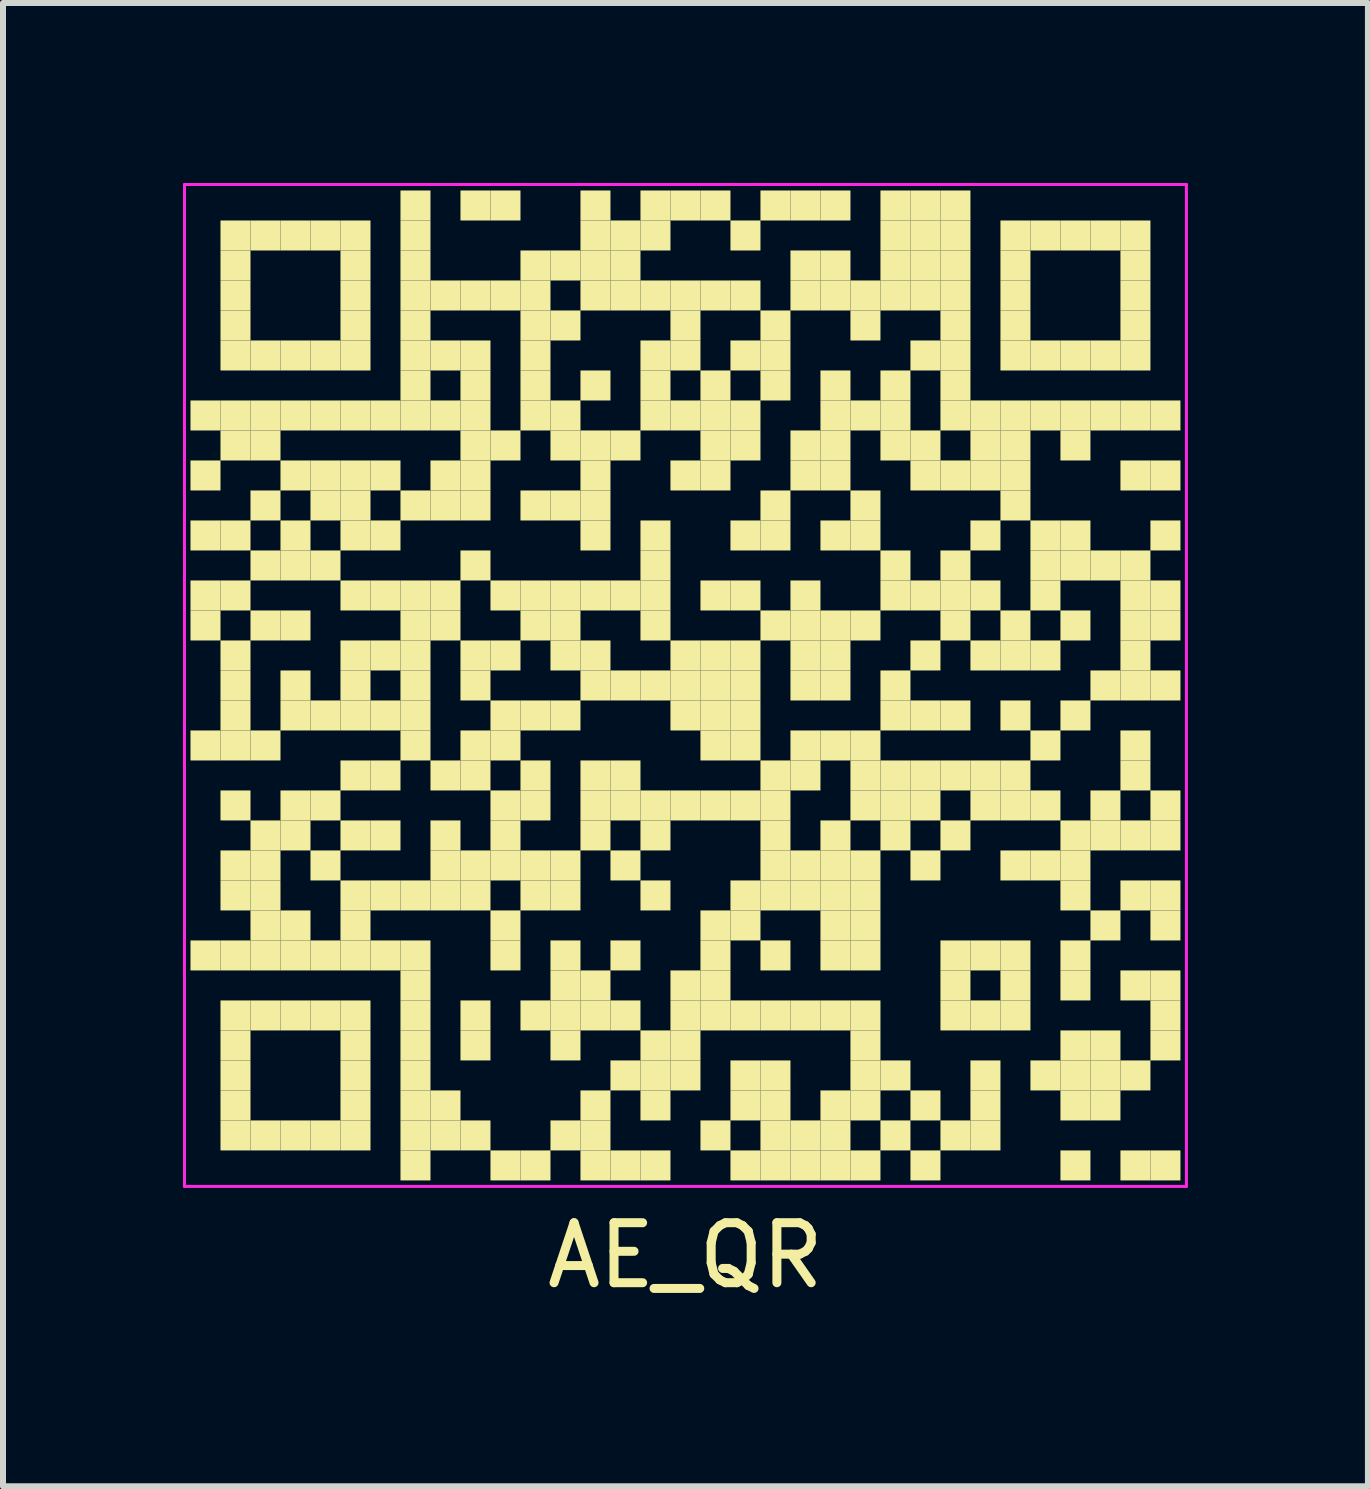
<source format=kicad_pcb>
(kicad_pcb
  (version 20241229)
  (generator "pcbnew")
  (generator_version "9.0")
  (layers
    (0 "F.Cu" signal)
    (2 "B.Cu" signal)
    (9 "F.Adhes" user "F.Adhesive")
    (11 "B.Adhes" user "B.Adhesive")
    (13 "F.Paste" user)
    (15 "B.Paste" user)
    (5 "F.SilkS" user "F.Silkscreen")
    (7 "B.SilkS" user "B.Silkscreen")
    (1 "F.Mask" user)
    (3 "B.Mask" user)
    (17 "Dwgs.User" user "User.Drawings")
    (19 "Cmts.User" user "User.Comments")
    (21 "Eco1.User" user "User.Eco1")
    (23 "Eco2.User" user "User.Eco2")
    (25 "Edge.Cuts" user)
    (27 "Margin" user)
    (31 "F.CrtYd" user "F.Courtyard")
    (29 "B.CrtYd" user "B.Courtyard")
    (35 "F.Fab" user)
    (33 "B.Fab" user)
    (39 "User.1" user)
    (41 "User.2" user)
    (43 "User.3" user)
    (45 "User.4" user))
  (footprint "AE_QR"
    (layer "F.Cu")
    (at 8.375 8.375)
    (property "Reference" "AE_QR" (at 0 9.5 0) (layer "F.SilkS") (effects (font (size 1 1) (thickness 0.15))))
    (attr through_hole)
    (fp_poly (pts (xy -7.75 -4.25) (xy -7.75 -4.75) (xy -8.25 -4.75) (xy -8.25 -4.25)) (stroke (width 0) (type solid)) (fill yes) (layer "F.SilkS"))
    (fp_poly (pts (xy -7.75 -3.25) (xy -7.75 -3.75) (xy -8.25 -3.75) (xy -8.25 -3.25)) (stroke (width 0) (type solid)) (fill yes) (layer "F.SilkS"))
    (fp_poly (pts (xy -7.75 -2.25) (xy -7.75 -2.75) (xy -8.25 -2.75) (xy -8.25 -2.25)) (stroke (width 0) (type solid)) (fill yes) (layer "F.SilkS"))
    (fp_poly (pts (xy -7.75 -1.25) (xy -7.75 -1.75) (xy -8.25 -1.75) (xy -8.25 -1.25)) (stroke (width 0) (type solid)) (fill yes) (layer "F.SilkS"))
    (fp_poly (pts (xy -7.75 -0.75) (xy -7.75 -1.25) (xy -8.25 -1.25) (xy -8.25 -0.75)) (stroke (width 0) (type solid)) (fill yes) (layer "F.SilkS"))
    (fp_poly (pts (xy -7.75 1.25) (xy -7.75 0.75) (xy -8.25 0.75) (xy -8.25 1.25)) (stroke (width 0) (type solid)) (fill yes) (layer "F.SilkS"))
    (fp_poly (pts (xy -7.75 4.75) (xy -7.75 4.25) (xy -8.25 4.25) (xy -8.25 4.75)) (stroke (width 0) (type solid)) (fill yes) (layer "F.SilkS"))
    (fp_poly (pts (xy -7.25 -7.25) (xy -7.25 -7.75) (xy -7.75 -7.75) (xy -7.75 -7.25)) (stroke (width 0) (type solid)) (fill yes) (layer "F.SilkS"))
    (fp_poly (pts (xy -7.25 -6.75) (xy -7.25 -7.25) (xy -7.75 -7.25) (xy -7.75 -6.75)) (stroke (width 0) (type solid)) (fill yes) (layer "F.SilkS"))
    (fp_poly (pts (xy -7.25 -6.25) (xy -7.25 -6.75) (xy -7.75 -6.75) (xy -7.75 -6.25)) (stroke (width 0) (type solid)) (fill yes) (layer "F.SilkS"))
    (fp_poly (pts (xy -7.25 -5.75) (xy -7.25 -6.25) (xy -7.75 -6.25) (xy -7.75 -5.75)) (stroke (width 0) (type solid)) (fill yes) (layer "F.SilkS"))
    (fp_poly (pts (xy -7.25 -5.25) (xy -7.25 -5.75) (xy -7.75 -5.75) (xy -7.75 -5.25)) (stroke (width 0) (type solid)) (fill yes) (layer "F.SilkS"))
    (fp_poly (pts (xy -7.25 -4.25) (xy -7.25 -4.75) (xy -7.75 -4.75) (xy -7.75 -4.25)) (stroke (width 0) (type solid)) (fill yes) (layer "F.SilkS"))
    (fp_poly (pts (xy -7.25 -3.75) (xy -7.25 -4.25) (xy -7.75 -4.25) (xy -7.75 -3.75)) (stroke (width 0) (type solid)) (fill yes) (layer "F.SilkS"))
    (fp_poly (pts (xy -7.25 -2.25) (xy -7.25 -2.75) (xy -7.75 -2.75) (xy -7.75 -2.25)) (stroke (width 0) (type solid)) (fill yes) (layer "F.SilkS"))
    (fp_poly (pts (xy -7.25 -1.25) (xy -7.25 -1.75) (xy -7.75 -1.75) (xy -7.75 -1.25)) (stroke (width 0) (type solid)) (fill yes) (layer "F.SilkS"))
    (fp_poly (pts (xy -7.25 -0.25) (xy -7.25 -0.75) (xy -7.75 -0.75) (xy -7.75 -0.25)) (stroke (width 0) (type solid)) (fill yes) (layer "F.SilkS"))
    (fp_poly (pts (xy -7.25 0.25) (xy -7.25 -0.25) (xy -7.75 -0.25) (xy -7.75 0.25)) (stroke (width 0) (type solid)) (fill yes) (layer "F.SilkS"))
    (fp_poly (pts (xy -7.25 0.75) (xy -7.25 0.25) (xy -7.75 0.25) (xy -7.75 0.75)) (stroke (width 0) (type solid)) (fill yes) (layer "F.SilkS"))
    (fp_poly (pts (xy -7.25 1.25) (xy -7.25 0.75) (xy -7.75 0.75) (xy -7.75 1.25)) (stroke (width 0) (type solid)) (fill yes) (layer "F.SilkS"))
    (fp_poly (pts (xy -7.25 2.25) (xy -7.25 1.75) (xy -7.75 1.75) (xy -7.75 2.25)) (stroke (width 0) (type solid)) (fill yes) (layer "F.SilkS"))
    (fp_poly (pts (xy -7.25 3.25) (xy -7.25 2.75) (xy -7.75 2.75) (xy -7.75 3.25)) (stroke (width 0) (type solid)) (fill yes) (layer "F.SilkS"))
    (fp_poly (pts (xy -7.25 3.75) (xy -7.25 3.25) (xy -7.75 3.25) (xy -7.75 3.75)) (stroke (width 0) (type solid)) (fill yes) (layer "F.SilkS"))
    (fp_poly (pts (xy -7.25 4.75) (xy -7.25 4.25) (xy -7.75 4.25) (xy -7.75 4.75)) (stroke (width 0) (type solid)) (fill yes) (layer "F.SilkS"))
    (fp_poly (pts (xy -7.25 5.75) (xy -7.25 5.25) (xy -7.75 5.25) (xy -7.75 5.75)) (stroke (width 0) (type solid)) (fill yes) (layer "F.SilkS"))
    (fp_poly (pts (xy -7.25 6.25) (xy -7.25 5.75) (xy -7.75 5.75) (xy -7.75 6.25)) (stroke (width 0) (type solid)) (fill yes) (layer "F.SilkS"))
    (fp_poly (pts (xy -7.25 6.75) (xy -7.25 6.25) (xy -7.75 6.25) (xy -7.75 6.75)) (stroke (width 0) (type solid)) (fill yes) (layer "F.SilkS"))
    (fp_poly (pts (xy -7.25 7.25) (xy -7.25 6.75) (xy -7.75 6.75) (xy -7.75 7.25)) (stroke (width 0) (type solid)) (fill yes) (layer "F.SilkS"))
    (fp_poly (pts (xy -7.25 7.75) (xy -7.25 7.25) (xy -7.75 7.25) (xy -7.75 7.75)) (stroke (width 0) (type solid)) (fill yes) (layer "F.SilkS"))
    (fp_poly (pts (xy -6.75 -7.25) (xy -6.75 -7.75) (xy -7.25 -7.75) (xy -7.25 -7.25)) (stroke (width 0) (type solid)) (fill yes) (layer "F.SilkS"))
    (fp_poly (pts (xy -6.75 -5.25) (xy -6.75 -5.75) (xy -7.25 -5.75) (xy -7.25 -5.25)) (stroke (width 0) (type solid)) (fill yes) (layer "F.SilkS"))
    (fp_poly (pts (xy -6.75 -4.25) (xy -6.75 -4.75) (xy -7.25 -4.75) (xy -7.25 -4.25)) (stroke (width 0) (type solid)) (fill yes) (layer "F.SilkS"))
    (fp_poly (pts (xy -6.75 -3.75) (xy -6.75 -4.25) (xy -7.25 -4.25) (xy -7.25 -3.75)) (stroke (width 0) (type solid)) (fill yes) (layer "F.SilkS"))
    (fp_poly (pts (xy -6.75 -2.75) (xy -6.75 -3.25) (xy -7.25 -3.25) (xy -7.25 -2.75)) (stroke (width 0) (type solid)) (fill yes) (layer "F.SilkS"))
    (fp_poly (pts (xy -6.75 -1.75) (xy -6.75 -2.25) (xy -7.25 -2.25) (xy -7.25 -1.75)) (stroke (width 0) (type solid)) (fill yes) (layer "F.SilkS"))
    (fp_poly (pts (xy -6.75 -0.75) (xy -6.75 -1.25) (xy -7.25 -1.25) (xy -7.25 -0.75)) (stroke (width 0) (type solid)) (fill yes) (layer "F.SilkS"))
    (fp_poly (pts (xy -6.75 1.25) (xy -6.75 0.75) (xy -7.25 0.75) (xy -7.25 1.25)) (stroke (width 0) (type solid)) (fill yes) (layer "F.SilkS"))
    (fp_poly (pts (xy -6.75 2.75) (xy -6.75 2.25) (xy -7.25 2.25) (xy -7.25 2.75)) (stroke (width 0) (type solid)) (fill yes) (layer "F.SilkS"))
    (fp_poly (pts (xy -6.75 3.25) (xy -6.75 2.75) (xy -7.25 2.75) (xy -7.25 3.25)) (stroke (width 0) (type solid)) (fill yes) (layer "F.SilkS"))
    (fp_poly (pts (xy -6.75 3.75) (xy -6.75 3.25) (xy -7.25 3.25) (xy -7.25 3.75)) (stroke (width 0) (type solid)) (fill yes) (layer "F.SilkS"))
    (fp_poly (pts (xy -6.75 4.25) (xy -6.75 3.75) (xy -7.25 3.75) (xy -7.25 4.25)) (stroke (width 0) (type solid)) (fill yes) (layer "F.SilkS"))
    (fp_poly (pts (xy -6.75 4.75) (xy -6.75 4.25) (xy -7.25 4.25) (xy -7.25 4.75)) (stroke (width 0) (type solid)) (fill yes) (layer "F.SilkS"))
    (fp_poly (pts (xy -6.75 5.75) (xy -6.75 5.25) (xy -7.25 5.25) (xy -7.25 5.75)) (stroke (width 0) (type solid)) (fill yes) (layer "F.SilkS"))
    (fp_poly (pts (xy -6.75 7.75) (xy -6.75 7.25) (xy -7.25 7.25) (xy -7.25 7.75)) (stroke (width 0) (type solid)) (fill yes) (layer "F.SilkS"))
    (fp_poly (pts (xy -6.25 -7.25) (xy -6.25 -7.75) (xy -6.75 -7.75) (xy -6.75 -7.25)) (stroke (width 0) (type solid)) (fill yes) (layer "F.SilkS"))
    (fp_poly (pts (xy -6.25 -5.25) (xy -6.25 -5.75) (xy -6.75 -5.75) (xy -6.75 -5.25)) (stroke (width 0) (type solid)) (fill yes) (layer "F.SilkS"))
    (fp_poly (pts (xy -6.25 -4.25) (xy -6.25 -4.75) (xy -6.75 -4.75) (xy -6.75 -4.25)) (stroke (width 0) (type solid)) (fill yes) (layer "F.SilkS"))
    (fp_poly (pts (xy -6.25 -3.25) (xy -6.25 -3.75) (xy -6.75 -3.75) (xy -6.75 -3.25)) (stroke (width 0) (type solid)) (fill yes) (layer "F.SilkS"))
    (fp_poly (pts (xy -6.25 -2.25) (xy -6.25 -2.75) (xy -6.75 -2.75) (xy -6.75 -2.25)) (stroke (width 0) (type solid)) (fill yes) (layer "F.SilkS"))
    (fp_poly (pts (xy -6.25 -1.75) (xy -6.25 -2.25) (xy -6.75 -2.25) (xy -6.75 -1.75)) (stroke (width 0) (type solid)) (fill yes) (layer "F.SilkS"))
    (fp_poly (pts (xy -6.25 -0.75) (xy -6.25 -1.25) (xy -6.75 -1.25) (xy -6.75 -0.75)) (stroke (width 0) (type solid)) (fill yes) (layer "F.SilkS"))
    (fp_poly (pts (xy -6.25 0.25) (xy -6.25 -0.25) (xy -6.75 -0.25) (xy -6.75 0.25)) (stroke (width 0) (type solid)) (fill yes) (layer "F.SilkS"))
    (fp_poly (pts (xy -6.25 0.75) (xy -6.25 0.25) (xy -6.75 0.25) (xy -6.75 0.75)) (stroke (width 0) (type solid)) (fill yes) (layer "F.SilkS"))
    (fp_poly (pts (xy -6.25 2.25) (xy -6.25 1.75) (xy -6.75 1.75) (xy -6.75 2.25)) (stroke (width 0) (type solid)) (fill yes) (layer "F.SilkS"))
    (fp_poly (pts (xy -6.25 2.75) (xy -6.25 2.25) (xy -6.75 2.25) (xy -6.75 2.75)) (stroke (width 0) (type solid)) (fill yes) (layer "F.SilkS"))
    (fp_poly (pts (xy -6.25 4.25) (xy -6.25 3.75) (xy -6.75 3.75) (xy -6.75 4.25)) (stroke (width 0) (type solid)) (fill yes) (layer "F.SilkS"))
    (fp_poly (pts (xy -6.25 4.75) (xy -6.25 4.25) (xy -6.75 4.25) (xy -6.75 4.75)) (stroke (width 0) (type solid)) (fill yes) (layer "F.SilkS"))
    (fp_poly (pts (xy -6.25 5.75) (xy -6.25 5.25) (xy -6.75 5.25) (xy -6.75 5.75)) (stroke (width 0) (type solid)) (fill yes) (layer "F.SilkS"))
    (fp_poly (pts (xy -6.25 7.75) (xy -6.25 7.25) (xy -6.75 7.25) (xy -6.75 7.75)) (stroke (width 0) (type solid)) (fill yes) (layer "F.SilkS"))
    (fp_poly (pts (xy -5.75 -7.25) (xy -5.75 -7.75) (xy -6.25 -7.75) (xy -6.25 -7.25)) (stroke (width 0) (type solid)) (fill yes) (layer "F.SilkS"))
    (fp_poly (pts (xy -5.75 -5.25) (xy -5.75 -5.75) (xy -6.25 -5.75) (xy -6.25 -5.25)) (stroke (width 0) (type solid)) (fill yes) (layer "F.SilkS"))
    (fp_poly (pts (xy -5.75 -4.25) (xy -5.75 -4.75) (xy -6.25 -4.75) (xy -6.25 -4.25)) (stroke (width 0) (type solid)) (fill yes) (layer "F.SilkS"))
    (fp_poly (pts (xy -5.75 -3.25) (xy -5.75 -3.75) (xy -6.25 -3.75) (xy -6.25 -3.25)) (stroke (width 0) (type solid)) (fill yes) (layer "F.SilkS"))
    (fp_poly (pts (xy -5.75 -2.75) (xy -5.75 -3.25) (xy -6.25 -3.25) (xy -6.25 -2.75)) (stroke (width 0) (type solid)) (fill yes) (layer "F.SilkS"))
    (fp_poly (pts (xy -5.75 -1.75) (xy -5.75 -2.25) (xy -6.25 -2.25) (xy -6.25 -1.75)) (stroke (width 0) (type solid)) (fill yes) (layer "F.SilkS"))
    (fp_poly (pts (xy -5.75 0.75) (xy -5.75 0.25) (xy -6.25 0.25) (xy -6.25 0.75)) (stroke (width 0) (type solid)) (fill yes) (layer "F.SilkS"))
    (fp_poly (pts (xy -5.75 2.25) (xy -5.75 1.75) (xy -6.25 1.75) (xy -6.25 2.25)) (stroke (width 0) (type solid)) (fill yes) (layer "F.SilkS"))
    (fp_poly (pts (xy -5.75 3.25) (xy -5.75 2.75) (xy -6.25 2.75) (xy -6.25 3.25)) (stroke (width 0) (type solid)) (fill yes) (layer "F.SilkS"))
    (fp_poly (pts (xy -5.75 4.75) (xy -5.75 4.25) (xy -6.25 4.25) (xy -6.25 4.75)) (stroke (width 0) (type solid)) (fill yes) (layer "F.SilkS"))
    (fp_poly (pts (xy -5.75 5.75) (xy -5.75 5.25) (xy -6.25 5.25) (xy -6.25 5.75)) (stroke (width 0) (type solid)) (fill yes) (layer "F.SilkS"))
    (fp_poly (pts (xy -5.75 7.75) (xy -5.75 7.25) (xy -6.25 7.25) (xy -6.25 7.75)) (stroke (width 0) (type solid)) (fill yes) (layer "F.SilkS"))
    (fp_poly (pts (xy -5.25 -7.25) (xy -5.25 -7.75) (xy -5.75 -7.75) (xy -5.75 -7.25)) (stroke (width 0) (type solid)) (fill yes) (layer "F.SilkS"))
    (fp_poly (pts (xy -5.25 -6.75) (xy -5.25 -7.25) (xy -5.75 -7.25) (xy -5.75 -6.75)) (stroke (width 0) (type solid)) (fill yes) (layer "F.SilkS"))
    (fp_poly (pts (xy -5.25 -6.25) (xy -5.25 -6.75) (xy -5.75 -6.75) (xy -5.75 -6.25)) (stroke (width 0) (type solid)) (fill yes) (layer "F.SilkS"))
    (fp_poly (pts (xy -5.25 -5.75) (xy -5.25 -6.25) (xy -5.75 -6.25) (xy -5.75 -5.75)) (stroke (width 0) (type solid)) (fill yes) (layer "F.SilkS"))
    (fp_poly (pts (xy -5.25 -5.25) (xy -5.25 -5.75) (xy -5.75 -5.75) (xy -5.75 -5.25)) (stroke (width 0) (type solid)) (fill yes) (layer "F.SilkS"))
    (fp_poly (pts (xy -5.25 -4.25) (xy -5.25 -4.75) (xy -5.75 -4.75) (xy -5.75 -4.25)) (stroke (width 0) (type solid)) (fill yes) (layer "F.SilkS"))
    (fp_poly (pts (xy -5.25 -3.25) (xy -5.25 -3.75) (xy -5.75 -3.75) (xy -5.75 -3.25)) (stroke (width 0) (type solid)) (fill yes) (layer "F.SilkS"))
    (fp_poly (pts (xy -5.25 -2.75) (xy -5.25 -3.25) (xy -5.75 -3.25) (xy -5.75 -2.75)) (stroke (width 0) (type solid)) (fill yes) (layer "F.SilkS"))
    (fp_poly (pts (xy -5.25 -2.25) (xy -5.25 -2.75) (xy -5.75 -2.75) (xy -5.75 -2.25)) (stroke (width 0) (type solid)) (fill yes) (layer "F.SilkS"))
    (fp_poly (pts (xy -5.25 -1.25) (xy -5.25 -1.75) (xy -5.75 -1.75) (xy -5.75 -1.25)) (stroke (width 0) (type solid)) (fill yes) (layer "F.SilkS"))
    (fp_poly (pts (xy -5.25 -0.25) (xy -5.25 -0.75) (xy -5.75 -0.75) (xy -5.75 -0.25)) (stroke (width 0) (type solid)) (fill yes) (layer "F.SilkS"))
    (fp_poly (pts (xy -5.25 0.25) (xy -5.25 -0.25) (xy -5.75 -0.25) (xy -5.75 0.25)) (stroke (width 0) (type solid)) (fill yes) (layer "F.SilkS"))
    (fp_poly (pts (xy -5.25 0.75) (xy -5.25 0.25) (xy -5.75 0.25) (xy -5.75 0.75)) (stroke (width 0) (type solid)) (fill yes) (layer "F.SilkS"))
    (fp_poly (pts (xy -5.25 1.75) (xy -5.25 1.25) (xy -5.75 1.25) (xy -5.75 1.75)) (stroke (width 0) (type solid)) (fill yes) (layer "F.SilkS"))
    (fp_poly (pts (xy -5.25 2.75) (xy -5.25 2.25) (xy -5.75 2.25) (xy -5.75 2.75)) (stroke (width 0) (type solid)) (fill yes) (layer "F.SilkS"))
    (fp_poly (pts (xy -5.25 3.75) (xy -5.25 3.25) (xy -5.75 3.25) (xy -5.75 3.75)) (stroke (width 0) (type solid)) (fill yes) (layer "F.SilkS"))
    (fp_poly (pts (xy -5.25 4.25) (xy -5.25 3.75) (xy -5.75 3.75) (xy -5.75 4.25)) (stroke (width 0) (type solid)) (fill yes) (layer "F.SilkS"))
    (fp_poly (pts (xy -5.25 4.75) (xy -5.25 4.25) (xy -5.75 4.25) (xy -5.75 4.75)) (stroke (width 0) (type solid)) (fill yes) (layer "F.SilkS"))
    (fp_poly (pts (xy -5.25 5.75) (xy -5.25 5.25) (xy -5.75 5.25) (xy -5.75 5.75)) (stroke (width 0) (type solid)) (fill yes) (layer "F.SilkS"))
    (fp_poly (pts (xy -5.25 6.25) (xy -5.25 5.75) (xy -5.75 5.75) (xy -5.75 6.25)) (stroke (width 0) (type solid)) (fill yes) (layer "F.SilkS"))
    (fp_poly (pts (xy -5.25 6.75) (xy -5.25 6.25) (xy -5.75 6.25) (xy -5.75 6.75)) (stroke (width 0) (type solid)) (fill yes) (layer "F.SilkS"))
    (fp_poly (pts (xy -5.25 7.25) (xy -5.25 6.75) (xy -5.75 6.75) (xy -5.75 7.25)) (stroke (width 0) (type solid)) (fill yes) (layer "F.SilkS"))
    (fp_poly (pts (xy -5.25 7.75) (xy -5.25 7.25) (xy -5.75 7.25) (xy -5.75 7.75)) (stroke (width 0) (type solid)) (fill yes) (layer "F.SilkS"))
    (fp_poly (pts (xy -4.75 -4.25) (xy -4.75 -4.75) (xy -5.25 -4.75) (xy -5.25 -4.25)) (stroke (width 0) (type solid)) (fill yes) (layer "F.SilkS"))
    (fp_poly (pts (xy -4.75 -3.25) (xy -4.75 -3.75) (xy -5.25 -3.75) (xy -5.25 -3.25)) (stroke (width 0) (type solid)) (fill yes) (layer "F.SilkS"))
    (fp_poly (pts (xy -4.75 -2.25) (xy -4.75 -2.75) (xy -5.25 -2.75) (xy -5.25 -2.25)) (stroke (width 0) (type solid)) (fill yes) (layer "F.SilkS"))
    (fp_poly (pts (xy -4.75 -1.25) (xy -4.75 -1.75) (xy -5.25 -1.75) (xy -5.25 -1.25)) (stroke (width 0) (type solid)) (fill yes) (layer "F.SilkS"))
    (fp_poly (pts (xy -4.75 -0.25) (xy -4.75 -0.75) (xy -5.25 -0.75) (xy -5.25 -0.25)) (stroke (width 0) (type solid)) (fill yes) (layer "F.SilkS"))
    (fp_poly (pts (xy -4.75 0.75) (xy -4.75 0.25) (xy -5.25 0.25) (xy -5.25 0.75)) (stroke (width 0) (type solid)) (fill yes) (layer "F.SilkS"))
    (fp_poly (pts (xy -4.75 1.75) (xy -4.75 1.25) (xy -5.25 1.25) (xy -5.25 1.75)) (stroke (width 0) (type solid)) (fill yes) (layer "F.SilkS"))
    (fp_poly (pts (xy -4.75 2.75) (xy -4.75 2.25) (xy -5.25 2.25) (xy -5.25 2.75)) (stroke (width 0) (type solid)) (fill yes) (layer "F.SilkS"))
    (fp_poly (pts (xy -4.75 3.75) (xy -4.75 3.25) (xy -5.25 3.25) (xy -5.25 3.75)) (stroke (width 0) (type solid)) (fill yes) (layer "F.SilkS"))
    (fp_poly (pts (xy -4.75 4.75) (xy -4.75 4.25) (xy -5.25 4.25) (xy -5.25 4.75)) (stroke (width 0) (type solid)) (fill yes) (layer "F.SilkS"))
    (fp_poly (pts (xy -4.25 -7.75) (xy -4.25 -8.25) (xy -4.75 -8.25) (xy -4.75 -7.75)) (stroke (width 0) (type solid)) (fill yes) (layer "F.SilkS"))
    (fp_poly (pts (xy -4.25 -7.25) (xy -4.25 -7.75) (xy -4.75 -7.75) (xy -4.75 -7.25)) (stroke (width 0) (type solid)) (fill yes) (layer "F.SilkS"))
    (fp_poly (pts (xy -4.25 -6.75) (xy -4.25 -7.25) (xy -4.75 -7.25) (xy -4.75 -6.75)) (stroke (width 0) (type solid)) (fill yes) (layer "F.SilkS"))
    (fp_poly (pts (xy -4.25 -6.25) (xy -4.25 -6.75) (xy -4.75 -6.75) (xy -4.75 -6.25)) (stroke (width 0) (type solid)) (fill yes) (layer "F.SilkS"))
    (fp_poly (pts (xy -4.25 -5.75) (xy -4.25 -6.25) (xy -4.75 -6.25) (xy -4.75 -5.75)) (stroke (width 0) (type solid)) (fill yes) (layer "F.SilkS"))
    (fp_poly (pts (xy -4.25 -5.25) (xy -4.25 -5.75) (xy -4.75 -5.75) (xy -4.75 -5.25)) (stroke (width 0) (type solid)) (fill yes) (layer "F.SilkS"))
    (fp_poly (pts (xy -4.25 -4.75) (xy -4.25 -5.25) (xy -4.75 -5.25) (xy -4.75 -4.75)) (stroke (width 0) (type solid)) (fill yes) (layer "F.SilkS"))
    (fp_poly (pts (xy -4.25 -4.25) (xy -4.25 -4.75) (xy -4.75 -4.75) (xy -4.75 -4.25)) (stroke (width 0) (type solid)) (fill yes) (layer "F.SilkS"))
    (fp_poly (pts (xy -4.25 -2.75) (xy -4.25 -3.25) (xy -4.75 -3.25) (xy -4.75 -2.75)) (stroke (width 0) (type solid)) (fill yes) (layer "F.SilkS"))
    (fp_poly (pts (xy -4.25 -1.25) (xy -4.25 -1.75) (xy -4.75 -1.75) (xy -4.75 -1.25)) (stroke (width 0) (type solid)) (fill yes) (layer "F.SilkS"))
    (fp_poly (pts (xy -4.25 -0.75) (xy -4.25 -1.25) (xy -4.75 -1.25) (xy -4.75 -0.75)) (stroke (width 0) (type solid)) (fill yes) (layer "F.SilkS"))
    (fp_poly (pts (xy -4.25 -0.25) (xy -4.25 -0.75) (xy -4.75 -0.75) (xy -4.75 -0.25)) (stroke (width 0) (type solid)) (fill yes) (layer "F.SilkS"))
    (fp_poly (pts (xy -4.25 0.25) (xy -4.25 -0.25) (xy -4.75 -0.25) (xy -4.75 0.25)) (stroke (width 0) (type solid)) (fill yes) (layer "F.SilkS"))
    (fp_poly (pts (xy -4.25 0.75) (xy -4.25 0.25) (xy -4.75 0.25) (xy -4.75 0.75)) (stroke (width 0) (type solid)) (fill yes) (layer "F.SilkS"))
    (fp_poly (pts (xy -4.25 1.25) (xy -4.25 0.75) (xy -4.75 0.75) (xy -4.75 1.25)) (stroke (width 0) (type solid)) (fill yes) (layer "F.SilkS"))
    (fp_poly (pts (xy -4.25 3.75) (xy -4.25 3.25) (xy -4.75 3.25) (xy -4.75 3.75)) (stroke (width 0) (type solid)) (fill yes) (layer "F.SilkS"))
    (fp_poly (pts (xy -4.25 4.75) (xy -4.25 4.25) (xy -4.75 4.25) (xy -4.75 4.75)) (stroke (width 0) (type solid)) (fill yes) (layer "F.SilkS"))
    (fp_poly (pts (xy -4.25 5.25) (xy -4.25 4.75) (xy -4.75 4.75) (xy -4.75 5.25)) (stroke (width 0) (type solid)) (fill yes) (layer "F.SilkS"))
    (fp_poly (pts (xy -4.25 5.75) (xy -4.25 5.25) (xy -4.75 5.25) (xy -4.75 5.75)) (stroke (width 0) (type solid)) (fill yes) (layer "F.SilkS"))
    (fp_poly (pts (xy -4.25 6.25) (xy -4.25 5.75) (xy -4.75 5.75) (xy -4.75 6.25)) (stroke (width 0) (type solid)) (fill yes) (layer "F.SilkS"))
    (fp_poly (pts (xy -4.25 6.75) (xy -4.25 6.25) (xy -4.75 6.25) (xy -4.75 6.75)) (stroke (width 0) (type solid)) (fill yes) (layer "F.SilkS"))
    (fp_poly (pts (xy -4.25 7.25) (xy -4.25 6.75) (xy -4.75 6.75) (xy -4.75 7.25)) (stroke (width 0) (type solid)) (fill yes) (layer "F.SilkS"))
    (fp_poly (pts (xy -4.25 7.75) (xy -4.25 7.25) (xy -4.75 7.25) (xy -4.75 7.75)) (stroke (width 0) (type solid)) (fill yes) (layer "F.SilkS"))
    (fp_poly (pts (xy -4.25 8.25) (xy -4.25 7.75) (xy -4.75 7.75) (xy -4.75 8.25)) (stroke (width 0) (type solid)) (fill yes) (layer "F.SilkS"))
    (fp_poly (pts (xy -3.75 -6.25) (xy -3.75 -6.75) (xy -4.25 -6.75) (xy -4.25 -6.25)) (stroke (width 0) (type solid)) (fill yes) (layer "F.SilkS"))
    (fp_poly (pts (xy -3.75 -5.25) (xy -3.75 -5.75) (xy -4.25 -5.75) (xy -4.25 -5.25)) (stroke (width 0) (type solid)) (fill yes) (layer "F.SilkS"))
    (fp_poly (pts (xy -3.75 -4.25) (xy -3.75 -4.75) (xy -4.25 -4.75) (xy -4.25 -4.25)) (stroke (width 0) (type solid)) (fill yes) (layer "F.SilkS"))
    (fp_poly (pts (xy -3.75 -3.25) (xy -3.75 -3.75) (xy -4.25 -3.75) (xy -4.25 -3.25)) (stroke (width 0) (type solid)) (fill yes) (layer "F.SilkS"))
    (fp_poly (pts (xy -3.75 -2.75) (xy -3.75 -3.25) (xy -4.25 -3.25) (xy -4.25 -2.75)) (stroke (width 0) (type solid)) (fill yes) (layer "F.SilkS"))
    (fp_poly (pts (xy -3.75 -1.25) (xy -3.75 -1.75) (xy -4.25 -1.75) (xy -4.25 -1.25)) (stroke (width 0) (type solid)) (fill yes) (layer "F.SilkS"))
    (fp_poly (pts (xy -3.75 -0.75) (xy -3.75 -1.25) (xy -4.25 -1.25) (xy -4.25 -0.75)) (stroke (width 0) (type solid)) (fill yes) (layer "F.SilkS"))
    (fp_poly (pts (xy -3.75 1.75) (xy -3.75 1.25) (xy -4.25 1.25) (xy -4.25 1.75)) (stroke (width 0) (type solid)) (fill yes) (layer "F.SilkS"))
    (fp_poly (pts (xy -3.75 2.75) (xy -3.75 2.25) (xy -4.25 2.25) (xy -4.25 2.75)) (stroke (width 0) (type solid)) (fill yes) (layer "F.SilkS"))
    (fp_poly (pts (xy -3.75 3.25) (xy -3.75 2.75) (xy -4.25 2.75) (xy -4.25 3.25)) (stroke (width 0) (type solid)) (fill yes) (layer "F.SilkS"))
    (fp_poly (pts (xy -3.75 3.75) (xy -3.75 3.25) (xy -4.25 3.25) (xy -4.25 3.75)) (stroke (width 0) (type solid)) (fill yes) (layer "F.SilkS"))
    (fp_poly (pts (xy -3.75 7.25) (xy -3.75 6.75) (xy -4.25 6.75) (xy -4.25 7.25)) (stroke (width 0) (type solid)) (fill yes) (layer "F.SilkS"))
    (fp_poly (pts (xy -3.75 7.75) (xy -3.75 7.25) (xy -4.25 7.25) (xy -4.25 7.75)) (stroke (width 0) (type solid)) (fill yes) (layer "F.SilkS"))
    (fp_poly (pts (xy -3.25 -7.75) (xy -3.25 -8.25) (xy -3.75 -8.25) (xy -3.75 -7.75)) (stroke (width 0) (type solid)) (fill yes) (layer "F.SilkS"))
    (fp_poly (pts (xy -3.25 -6.25) (xy -3.25 -6.75) (xy -3.75 -6.75) (xy -3.75 -6.25)) (stroke (width 0) (type solid)) (fill yes) (layer "F.SilkS"))
    (fp_poly (pts (xy -3.25 -5.25) (xy -3.25 -5.75) (xy -3.75 -5.75) (xy -3.75 -5.25)) (stroke (width 0) (type solid)) (fill yes) (layer "F.SilkS"))
    (fp_poly (pts (xy -3.25 -4.75) (xy -3.25 -5.25) (xy -3.75 -5.25) (xy -3.75 -4.75)) (stroke (width 0) (type solid)) (fill yes) (layer "F.SilkS"))
    (fp_poly (pts (xy -3.25 -4.25) (xy -3.25 -4.75) (xy -3.75 -4.75) (xy -3.75 -4.25)) (stroke (width 0) (type solid)) (fill yes) (layer "F.SilkS"))
    (fp_poly (pts (xy -3.25 -3.75) (xy -3.25 -4.25) (xy -3.75 -4.25) (xy -3.75 -3.75)) (stroke (width 0) (type solid)) (fill yes) (layer "F.SilkS"))
    (fp_poly (pts (xy -3.25 -3.25) (xy -3.25 -3.75) (xy -3.75 -3.75) (xy -3.75 -3.25)) (stroke (width 0) (type solid)) (fill yes) (layer "F.SilkS"))
    (fp_poly (pts (xy -3.25 -2.75) (xy -3.25 -3.25) (xy -3.75 -3.25) (xy -3.75 -2.75)) (stroke (width 0) (type solid)) (fill yes) (layer "F.SilkS"))
    (fp_poly (pts (xy -3.25 -1.75) (xy -3.25 -2.25) (xy -3.75 -2.25) (xy -3.75 -1.75)) (stroke (width 0) (type solid)) (fill yes) (layer "F.SilkS"))
    (fp_poly (pts (xy -3.25 -0.25) (xy -3.25 -0.75) (xy -3.75 -0.75) (xy -3.75 -0.25)) (stroke (width 0) (type solid)) (fill yes) (layer "F.SilkS"))
    (fp_poly (pts (xy -3.25 0.25) (xy -3.25 -0.25) (xy -3.75 -0.25) (xy -3.75 0.25)) (stroke (width 0) (type solid)) (fill yes) (layer "F.SilkS"))
    (fp_poly (pts (xy -3.25 1.25) (xy -3.25 0.75) (xy -3.75 0.75) (xy -3.75 1.25)) (stroke (width 0) (type solid)) (fill yes) (layer "F.SilkS"))
    (fp_poly (pts (xy -3.25 1.75) (xy -3.25 1.25) (xy -3.75 1.25) (xy -3.75 1.75)) (stroke (width 0) (type solid)) (fill yes) (layer "F.SilkS"))
    (fp_poly (pts (xy -3.25 3.25) (xy -3.25 2.75) (xy -3.75 2.75) (xy -3.75 3.25)) (stroke (width 0) (type solid)) (fill yes) (layer "F.SilkS"))
    (fp_poly (pts (xy -3.25 3.75) (xy -3.25 3.25) (xy -3.75 3.25) (xy -3.75 3.75)) (stroke (width 0) (type solid)) (fill yes) (layer "F.SilkS"))
    (fp_poly (pts (xy -3.25 5.75) (xy -3.25 5.25) (xy -3.75 5.25) (xy -3.75 5.75)) (stroke (width 0) (type solid)) (fill yes) (layer "F.SilkS"))
    (fp_poly (pts (xy -3.25 6.25) (xy -3.25 5.75) (xy -3.75 5.75) (xy -3.75 6.25)) (stroke (width 0) (type solid)) (fill yes) (layer "F.SilkS"))
    (fp_poly (pts (xy -3.25 7.75) (xy -3.25 7.25) (xy -3.75 7.25) (xy -3.75 7.75)) (stroke (width 0) (type solid)) (fill yes) (layer "F.SilkS"))
    (fp_poly (pts (xy -2.75 -7.75) (xy -2.75 -8.25) (xy -3.25 -8.25) (xy -3.25 -7.75)) (stroke (width 0) (type solid)) (fill yes) (layer "F.SilkS"))
    (fp_poly (pts (xy -2.75 -6.25) (xy -2.75 -6.75) (xy -3.25 -6.75) (xy -3.25 -6.25)) (stroke (width 0) (type solid)) (fill yes) (layer "F.SilkS"))
    (fp_poly (pts (xy -2.75 -3.75) (xy -2.75 -4.25) (xy -3.25 -4.25) (xy -3.25 -3.75)) (stroke (width 0) (type solid)) (fill yes) (layer "F.SilkS"))
    (fp_poly (pts (xy -2.75 -1.25) (xy -2.75 -1.75) (xy -3.25 -1.75) (xy -3.25 -1.25)) (stroke (width 0) (type solid)) (fill yes) (layer "F.SilkS"))
    (fp_poly (pts (xy -2.75 -0.25) (xy -2.75 -0.75) (xy -3.25 -0.75) (xy -3.25 -0.25)) (stroke (width 0) (type solid)) (fill yes) (layer "F.SilkS"))
    (fp_poly (pts (xy -2.75 0.75) (xy -2.75 0.25) (xy -3.25 0.25) (xy -3.25 0.75)) (stroke (width 0) (type solid)) (fill yes) (layer "F.SilkS"))
    (fp_poly (pts (xy -2.75 1.25) (xy -2.75 0.75) (xy -3.25 0.75) (xy -3.25 1.25)) (stroke (width 0) (type solid)) (fill yes) (layer "F.SilkS"))
    (fp_poly (pts (xy -2.75 2.25) (xy -2.75 1.75) (xy -3.25 1.75) (xy -3.25 2.25)) (stroke (width 0) (type solid)) (fill yes) (layer "F.SilkS"))
    (fp_poly (pts (xy -2.75 2.75) (xy -2.75 2.25) (xy -3.25 2.25) (xy -3.25 2.75)) (stroke (width 0) (type solid)) (fill yes) (layer "F.SilkS"))
    (fp_poly (pts (xy -2.75 3.25) (xy -2.75 2.75) (xy -3.25 2.75) (xy -3.25 3.25)) (stroke (width 0) (type solid)) (fill yes) (layer "F.SilkS"))
    (fp_poly (pts (xy -2.75 4.25) (xy -2.75 3.75) (xy -3.25 3.75) (xy -3.25 4.25)) (stroke (width 0) (type solid)) (fill yes) (layer "F.SilkS"))
    (fp_poly (pts (xy -2.75 4.75) (xy -2.75 4.25) (xy -3.25 4.25) (xy -3.25 4.75)) (stroke (width 0) (type solid)) (fill yes) (layer "F.SilkS"))
    (fp_poly (pts (xy -2.75 8.25) (xy -2.75 7.75) (xy -3.25 7.75) (xy -3.25 8.25)) (stroke (width 0) (type solid)) (fill yes) (layer "F.SilkS"))
    (fp_poly (pts (xy -2.25 -6.75) (xy -2.25 -7.25) (xy -2.75 -7.25) (xy -2.75 -6.75)) (stroke (width 0) (type solid)) (fill yes) (layer "F.SilkS"))
    (fp_poly (pts (xy -2.25 -6.25) (xy -2.25 -6.75) (xy -2.75 -6.75) (xy -2.75 -6.25)) (stroke (width 0) (type solid)) (fill yes) (layer "F.SilkS"))
    (fp_poly (pts (xy -2.25 -5.75) (xy -2.25 -6.25) (xy -2.75 -6.25) (xy -2.75 -5.75)) (stroke (width 0) (type solid)) (fill yes) (layer "F.SilkS"))
    (fp_poly (pts (xy -2.25 -5.25) (xy -2.25 -5.75) (xy -2.75 -5.75) (xy -2.75 -5.25)) (stroke (width 0) (type solid)) (fill yes) (layer "F.SilkS"))
    (fp_poly (pts (xy -2.25 -4.75) (xy -2.25 -5.25) (xy -2.75 -5.25) (xy -2.75 -4.75)) (stroke (width 0) (type solid)) (fill yes) (layer "F.SilkS"))
    (fp_poly (pts (xy -2.25 -4.25) (xy -2.25 -4.75) (xy -2.75 -4.75) (xy -2.75 -4.25)) (stroke (width 0) (type solid)) (fill yes) (layer "F.SilkS"))
    (fp_poly (pts (xy -2.25 -2.75) (xy -2.25 -3.25) (xy -2.75 -3.25) (xy -2.75 -2.75)) (stroke (width 0) (type solid)) (fill yes) (layer "F.SilkS"))
    (fp_poly (pts (xy -2.25 -1.25) (xy -2.25 -1.75) (xy -2.75 -1.75) (xy -2.75 -1.25)) (stroke (width 0) (type solid)) (fill yes) (layer "F.SilkS"))
    (fp_poly (pts (xy -2.25 -0.75) (xy -2.25 -1.25) (xy -2.75 -1.25) (xy -2.75 -0.75)) (stroke (width 0) (type solid)) (fill yes) (layer "F.SilkS"))
    (fp_poly (pts (xy -2.25 0.75) (xy -2.25 0.25) (xy -2.75 0.25) (xy -2.75 0.75)) (stroke (width 0) (type solid)) (fill yes) (layer "F.SilkS"))
    (fp_poly (pts (xy -2.25 1.75) (xy -2.25 1.25) (xy -2.75 1.25) (xy -2.75 1.75)) (stroke (width 0) (type solid)) (fill yes) (layer "F.SilkS"))
    (fp_poly (pts (xy -2.25 2.25) (xy -2.25 1.75) (xy -2.75 1.75) (xy -2.75 2.25)) (stroke (width 0) (type solid)) (fill yes) (layer "F.SilkS"))
    (fp_poly (pts (xy -2.25 3.25) (xy -2.25 2.75) (xy -2.75 2.75) (xy -2.75 3.25)) (stroke (width 0) (type solid)) (fill yes) (layer "F.SilkS"))
    (fp_poly (pts (xy -2.25 3.75) (xy -2.25 3.25) (xy -2.75 3.25) (xy -2.75 3.75)) (stroke (width 0) (type solid)) (fill yes) (layer "F.SilkS"))
    (fp_poly (pts (xy -2.25 5.75) (xy -2.25 5.25) (xy -2.75 5.25) (xy -2.75 5.75)) (stroke (width 0) (type solid)) (fill yes) (layer "F.SilkS"))
    (fp_poly (pts (xy -2.25 8.25) (xy -2.25 7.75) (xy -2.75 7.75) (xy -2.75 8.25)) (stroke (width 0) (type solid)) (fill yes) (layer "F.SilkS"))
    (fp_poly (pts (xy -1.75 -6.75) (xy -1.75 -7.25) (xy -2.25 -7.25) (xy -2.25 -6.75)) (stroke (width 0) (type solid)) (fill yes) (layer "F.SilkS"))
    (fp_poly (pts (xy -1.75 -5.75) (xy -1.75 -6.25) (xy -2.25 -6.25) (xy -2.25 -5.75)) (stroke (width 0) (type solid)) (fill yes) (layer "F.SilkS"))
    (fp_poly (pts (xy -1.75 -4.25) (xy -1.75 -4.75) (xy -2.25 -4.75) (xy -2.25 -4.25)) (stroke (width 0) (type solid)) (fill yes) (layer "F.SilkS"))
    (fp_poly (pts (xy -1.75 -3.75) (xy -1.75 -4.25) (xy -2.25 -4.25) (xy -2.25 -3.75)) (stroke (width 0) (type solid)) (fill yes) (layer "F.SilkS"))
    (fp_poly (pts (xy -1.75 -2.75) (xy -1.75 -3.25) (xy -2.25 -3.25) (xy -2.25 -2.75)) (stroke (width 0) (type solid)) (fill yes) (layer "F.SilkS"))
    (fp_poly (pts (xy -1.75 -1.25) (xy -1.75 -1.75) (xy -2.25 -1.75) (xy -2.25 -1.25)) (stroke (width 0) (type solid)) (fill yes) (layer "F.SilkS"))
    (fp_poly (pts (xy -1.75 -0.75) (xy -1.75 -1.25) (xy -2.25 -1.25) (xy -2.25 -0.75)) (stroke (width 0) (type solid)) (fill yes) (layer "F.SilkS"))
    (fp_poly (pts (xy -1.75 -0.25) (xy -1.75 -0.75) (xy -2.25 -0.75) (xy -2.25 -0.25)) (stroke (width 0) (type solid)) (fill yes) (layer "F.SilkS"))
    (fp_poly (pts (xy -1.75 0.75) (xy -1.75 0.25) (xy -2.25 0.25) (xy -2.25 0.75)) (stroke (width 0) (type solid)) (fill yes) (layer "F.SilkS"))
    (fp_poly (pts (xy -1.75 3.25) (xy -1.75 2.75) (xy -2.25 2.75) (xy -2.25 3.25)) (stroke (width 0) (type solid)) (fill yes) (layer "F.SilkS"))
    (fp_poly (pts (xy -1.75 3.75) (xy -1.75 3.25) (xy -2.25 3.25) (xy -2.25 3.75)) (stroke (width 0) (type solid)) (fill yes) (layer "F.SilkS"))
    (fp_poly (pts (xy -1.75 4.75) (xy -1.75 4.25) (xy -2.25 4.25) (xy -2.25 4.75)) (stroke (width 0) (type solid)) (fill yes) (layer "F.SilkS"))
    (fp_poly (pts (xy -1.75 5.25) (xy -1.75 4.75) (xy -2.25 4.75) (xy -2.25 5.25)) (stroke (width 0) (type solid)) (fill yes) (layer "F.SilkS"))
    (fp_poly (pts (xy -1.75 5.75) (xy -1.75 5.25) (xy -2.25 5.25) (xy -2.25 5.75)) (stroke (width 0) (type solid)) (fill yes) (layer "F.SilkS"))
    (fp_poly (pts (xy -1.75 6.25) (xy -1.75 5.75) (xy -2.25 5.75) (xy -2.25 6.25)) (stroke (width 0) (type solid)) (fill yes) (layer "F.SilkS"))
    (fp_poly (pts (xy -1.75 7.75) (xy -1.75 7.25) (xy -2.25 7.25) (xy -2.25 7.75)) (stroke (width 0) (type solid)) (fill yes) (layer "F.SilkS"))
    (fp_poly (pts (xy -1.25 -7.75) (xy -1.25 -8.25) (xy -1.75 -8.25) (xy -1.75 -7.75)) (stroke (width 0) (type solid)) (fill yes) (layer "F.SilkS"))
    (fp_poly (pts (xy -1.25 -7.25) (xy -1.25 -7.75) (xy -1.75 -7.75) (xy -1.75 -7.25)) (stroke (width 0) (type solid)) (fill yes) (layer "F.SilkS"))
    (fp_poly (pts (xy -1.25 -6.75) (xy -1.25 -7.25) (xy -1.75 -7.25) (xy -1.75 -6.75)) (stroke (width 0) (type solid)) (fill yes) (layer "F.SilkS"))
    (fp_poly (pts (xy -1.25 -6.25) (xy -1.25 -6.75) (xy -1.75 -6.75) (xy -1.75 -6.25)) (stroke (width 0) (type solid)) (fill yes) (layer "F.SilkS"))
    (fp_poly (pts (xy -1.25 -4.75) (xy -1.25 -5.25) (xy -1.75 -5.25) (xy -1.75 -4.75)) (stroke (width 0) (type solid)) (fill yes) (layer "F.SilkS"))
    (fp_poly (pts (xy -1.25 -3.75) (xy -1.25 -4.25) (xy -1.75 -4.25) (xy -1.75 -3.75)) (stroke (width 0) (type solid)) (fill yes) (layer "F.SilkS"))
    (fp_poly (pts (xy -1.25 -3.25) (xy -1.25 -3.75) (xy -1.75 -3.75) (xy -1.75 -3.25)) (stroke (width 0) (type solid)) (fill yes) (layer "F.SilkS"))
    (fp_poly (pts (xy -1.25 -2.75) (xy -1.25 -3.25) (xy -1.75 -3.25) (xy -1.75 -2.75)) (stroke (width 0) (type solid)) (fill yes) (layer "F.SilkS"))
    (fp_poly (pts (xy -1.25 -2.25) (xy -1.25 -2.75) (xy -1.75 -2.75) (xy -1.75 -2.25)) (stroke (width 0) (type solid)) (fill yes) (layer "F.SilkS"))
    (fp_poly (pts (xy -1.25 -1.25) (xy -1.25 -1.75) (xy -1.75 -1.75) (xy -1.75 -1.25)) (stroke (width 0) (type solid)) (fill yes) (layer "F.SilkS"))
    (fp_poly (pts (xy -1.25 -0.25) (xy -1.25 -0.75) (xy -1.75 -0.75) (xy -1.75 -0.25)) (stroke (width 0) (type solid)) (fill yes) (layer "F.SilkS"))
    (fp_poly (pts (xy -1.25 0.25) (xy -1.25 -0.25) (xy -1.75 -0.25) (xy -1.75 0.25)) (stroke (width 0) (type solid)) (fill yes) (layer "F.SilkS"))
    (fp_poly (pts (xy -1.25 1.75) (xy -1.25 1.25) (xy -1.75 1.25) (xy -1.75 1.75)) (stroke (width 0) (type solid)) (fill yes) (layer "F.SilkS"))
    (fp_poly (pts (xy -1.25 2.25) (xy -1.25 1.75) (xy -1.75 1.75) (xy -1.75 2.25)) (stroke (width 0) (type solid)) (fill yes) (layer "F.SilkS"))
    (fp_poly (pts (xy -1.25 2.75) (xy -1.25 2.25) (xy -1.75 2.25) (xy -1.75 2.75)) (stroke (width 0) (type solid)) (fill yes) (layer "F.SilkS"))
    (fp_poly (pts (xy -1.25 5.25) (xy -1.25 4.75) (xy -1.75 4.75) (xy -1.75 5.25)) (stroke (width 0) (type solid)) (fill yes) (layer "F.SilkS"))
    (fp_poly (pts (xy -1.25 5.75) (xy -1.25 5.25) (xy -1.75 5.25) (xy -1.75 5.75)) (stroke (width 0) (type solid)) (fill yes) (layer "F.SilkS"))
    (fp_poly (pts (xy -1.25 7.25) (xy -1.25 6.75) (xy -1.75 6.75) (xy -1.75 7.25)) (stroke (width 0) (type solid)) (fill yes) (layer "F.SilkS"))
    (fp_poly (pts (xy -1.25 7.75) (xy -1.25 7.25) (xy -1.75 7.25) (xy -1.75 7.75)) (stroke (width 0) (type solid)) (fill yes) (layer "F.SilkS"))
    (fp_poly (pts (xy -1.25 8.25) (xy -1.25 7.75) (xy -1.75 7.75) (xy -1.75 8.25)) (stroke (width 0) (type solid)) (fill yes) (layer "F.SilkS"))
    (fp_poly (pts (xy -0.75 -7.25) (xy -0.75 -7.75) (xy -1.25 -7.75) (xy -1.25 -7.25)) (stroke (width 0) (type solid)) (fill yes) (layer "F.SilkS"))
    (fp_poly (pts (xy -0.75 -6.75) (xy -0.75 -7.25) (xy -1.25 -7.25) (xy -1.25 -6.75)) (stroke (width 0) (type solid)) (fill yes) (layer "F.SilkS"))
    (fp_poly (pts (xy -0.75 -6.25) (xy -0.75 -6.75) (xy -1.25 -6.75) (xy -1.25 -6.25)) (stroke (width 0) (type solid)) (fill yes) (layer "F.SilkS"))
    (fp_poly (pts (xy -0.75 -3.75) (xy -0.75 -4.25) (xy -1.25 -4.25) (xy -1.25 -3.75)) (stroke (width 0) (type solid)) (fill yes) (layer "F.SilkS"))
    (fp_poly (pts (xy -0.75 -1.25) (xy -0.75 -1.75) (xy -1.25 -1.75) (xy -1.25 -1.25)) (stroke (width 0) (type solid)) (fill yes) (layer "F.SilkS"))
    (fp_poly (pts (xy -0.75 0.25) (xy -0.75 -0.25) (xy -1.25 -0.25) (xy -1.25 0.25)) (stroke (width 0) (type solid)) (fill yes) (layer "F.SilkS"))
    (fp_poly (pts (xy -0.75 1.75) (xy -0.75 1.25) (xy -1.25 1.25) (xy -1.25 1.75)) (stroke (width 0) (type solid)) (fill yes) (layer "F.SilkS"))
    (fp_poly (pts (xy -0.75 2.25) (xy -0.75 1.75) (xy -1.25 1.75) (xy -1.25 2.25)) (stroke (width 0) (type solid)) (fill yes) (layer "F.SilkS"))
    (fp_poly (pts (xy -0.75 3.25) (xy -0.75 2.75) (xy -1.25 2.75) (xy -1.25 3.25)) (stroke (width 0) (type solid)) (fill yes) (layer "F.SilkS"))
    (fp_poly (pts (xy -0.75 4.75) (xy -0.75 4.25) (xy -1.25 4.25) (xy -1.25 4.75)) (stroke (width 0) (type solid)) (fill yes) (layer "F.SilkS"))
    (fp_poly (pts (xy -0.75 5.75) (xy -0.75 5.25) (xy -1.25 5.25) (xy -1.25 5.75)) (stroke (width 0) (type solid)) (fill yes) (layer "F.SilkS"))
    (fp_poly (pts (xy -0.75 6.75) (xy -0.75 6.25) (xy -1.25 6.25) (xy -1.25 6.75)) (stroke (width 0) (type solid)) (fill yes) (layer "F.SilkS"))
    (fp_poly (pts (xy -0.75 8.25) (xy -0.75 7.75) (xy -1.25 7.75) (xy -1.25 8.25)) (stroke (width 0) (type solid)) (fill yes) (layer "F.SilkS"))
    (fp_poly (pts (xy -0.25 -7.75) (xy -0.25 -8.25) (xy -0.75 -8.25) (xy -0.75 -7.75)) (stroke (width 0) (type solid)) (fill yes) (layer "F.SilkS"))
    (fp_poly (pts (xy -0.25 -7.25) (xy -0.25 -7.75) (xy -0.75 -7.75) (xy -0.75 -7.25)) (stroke (width 0) (type solid)) (fill yes) (layer "F.SilkS"))
    (fp_poly (pts (xy -0.25 -6.25) (xy -0.25 -6.75) (xy -0.75 -6.75) (xy -0.75 -6.25)) (stroke (width 0) (type solid)) (fill yes) (layer "F.SilkS"))
    (fp_poly (pts (xy -0.25 -5.25) (xy -0.25 -5.75) (xy -0.75 -5.75) (xy -0.75 -5.25)) (stroke (width 0) (type solid)) (fill yes) (layer "F.SilkS"))
    (fp_poly (pts (xy -0.25 -4.75) (xy -0.25 -5.25) (xy -0.75 -5.25) (xy -0.75 -4.75)) (stroke (width 0) (type solid)) (fill yes) (layer "F.SilkS"))
    (fp_poly (pts (xy -0.25 -4.25) (xy -0.25 -4.75) (xy -0.75 -4.75) (xy -0.75 -4.25)) (stroke (width 0) (type solid)) (fill yes) (layer "F.SilkS"))
    (fp_poly (pts (xy -0.25 -2.25) (xy -0.25 -2.75) (xy -0.75 -2.75) (xy -0.75 -2.25)) (stroke (width 0) (type solid)) (fill yes) (layer "F.SilkS"))
    (fp_poly (pts (xy -0.25 -1.75) (xy -0.25 -2.25) (xy -0.75 -2.25) (xy -0.75 -1.75)) (stroke (width 0) (type solid)) (fill yes) (layer "F.SilkS"))
    (fp_poly (pts (xy -0.25 -1.25) (xy -0.25 -1.75) (xy -0.75 -1.75) (xy -0.75 -1.25)) (stroke (width 0) (type solid)) (fill yes) (layer "F.SilkS"))
    (fp_poly (pts (xy -0.25 -0.75) (xy -0.25 -1.25) (xy -0.75 -1.25) (xy -0.75 -0.75)) (stroke (width 0) (type solid)) (fill yes) (layer "F.SilkS"))
    (fp_poly (pts (xy -0.25 0.25) (xy -0.25 -0.25) (xy -0.75 -0.25) (xy -0.75 0.25)) (stroke (width 0) (type solid)) (fill yes) (layer "F.SilkS"))
    (fp_poly (pts (xy -0.25 2.25) (xy -0.25 1.75) (xy -0.75 1.75) (xy -0.75 2.25)) (stroke (width 0) (type solid)) (fill yes) (layer "F.SilkS"))
    (fp_poly (pts (xy -0.25 2.75) (xy -0.25 2.25) (xy -0.75 2.25) (xy -0.75 2.75)) (stroke (width 0) (type solid)) (fill yes) (layer "F.SilkS"))
    (fp_poly (pts (xy -0.25 3.75) (xy -0.25 3.25) (xy -0.75 3.25) (xy -0.75 3.75)) (stroke (width 0) (type solid)) (fill yes) (layer "F.SilkS"))
    (fp_poly (pts (xy -0.25 6.25) (xy -0.25 5.75) (xy -0.75 5.75) (xy -0.75 6.25)) (stroke (width 0) (type solid)) (fill yes) (layer "F.SilkS"))
    (fp_poly (pts (xy -0.25 6.75) (xy -0.25 6.25) (xy -0.75 6.25) (xy -0.75 6.75)) (stroke (width 0) (type solid)) (fill yes) (layer "F.SilkS"))
    (fp_poly (pts (xy -0.25 7.25) (xy -0.25 6.75) (xy -0.75 6.75) (xy -0.75 7.25)) (stroke (width 0) (type solid)) (fill yes) (layer "F.SilkS"))
    (fp_poly (pts (xy -0.25 8.25) (xy -0.25 7.75) (xy -0.75 7.75) (xy -0.75 8.25)) (stroke (width 0) (type solid)) (fill yes) (layer "F.SilkS"))
    (fp_poly (pts (xy 0.25 -7.75) (xy 0.25 -8.25) (xy -0.25 -8.25) (xy -0.25 -7.75)) (stroke (width 0) (type solid)) (fill yes) (layer "F.SilkS"))
    (fp_poly (pts (xy 0.25 -6.25) (xy 0.25 -6.75) (xy -0.25 -6.75) (xy -0.25 -6.25)) (stroke (width 0) (type solid)) (fill yes) (layer "F.SilkS"))
    (fp_poly (pts (xy 0.25 -5.75) (xy 0.25 -6.25) (xy -0.25 -6.25) (xy -0.25 -5.75)) (stroke (width 0) (type solid)) (fill yes) (layer "F.SilkS"))
    (fp_poly (pts (xy 0.25 -5.25) (xy 0.25 -5.75) (xy -0.25 -5.75) (xy -0.25 -5.25)) (stroke (width 0) (type solid)) (fill yes) (layer "F.SilkS"))
    (fp_poly (pts (xy 0.25 -4.25) (xy 0.25 -4.75) (xy -0.25 -4.75) (xy -0.25 -4.25)) (stroke (width 0) (type solid)) (fill yes) (layer "F.SilkS"))
    (fp_poly (pts (xy 0.25 -3.25) (xy 0.25 -3.75) (xy -0.25 -3.75) (xy -0.25 -3.25)) (stroke (width 0) (type solid)) (fill yes) (layer "F.SilkS"))
    (fp_poly (pts (xy 0.25 -0.25) (xy 0.25 -0.75) (xy -0.25 -0.75) (xy -0.25 -0.25)) (stroke (width 0) (type solid)) (fill yes) (layer "F.SilkS"))
    (fp_poly (pts (xy 0.25 0.25) (xy 0.25 -0.25) (xy -0.25 -0.25) (xy -0.25 0.25)) (stroke (width 0) (type solid)) (fill yes) (layer "F.SilkS"))
    (fp_poly (pts (xy 0.25 0.75) (xy 0.25 0.25) (xy -0.25 0.25) (xy -0.25 0.75)) (stroke (width 0) (type solid)) (fill yes) (layer "F.SilkS"))
    (fp_poly (pts (xy 0.25 2.25) (xy 0.25 1.75) (xy -0.25 1.75) (xy -0.25 2.25)) (stroke (width 0) (type solid)) (fill yes) (layer "F.SilkS"))
    (fp_poly (pts (xy 0.25 5.25) (xy 0.25 4.75) (xy -0.25 4.75) (xy -0.25 5.25)) (stroke (width 0) (type solid)) (fill yes) (layer "F.SilkS"))
    (fp_poly (pts (xy 0.25 5.75) (xy 0.25 5.25) (xy -0.25 5.25) (xy -0.25 5.75)) (stroke (width 0) (type solid)) (fill yes) (layer "F.SilkS"))
    (fp_poly (pts (xy 0.25 6.25) (xy 0.25 5.75) (xy -0.25 5.75) (xy -0.25 6.25)) (stroke (width 0) (type solid)) (fill yes) (layer "F.SilkS"))
    (fp_poly (pts (xy 0.25 6.75) (xy 0.25 6.25) (xy -0.25 6.25) (xy -0.25 6.75)) (stroke (width 0) (type solid)) (fill yes) (layer "F.SilkS"))
    (fp_poly (pts (xy 0.75 -7.75) (xy 0.75 -8.25) (xy 0.25 -8.25) (xy 0.25 -7.75)) (stroke (width 0) (type solid)) (fill yes) (layer "F.SilkS"))
    (fp_poly (pts (xy 0.75 -6.25) (xy 0.75 -6.75) (xy 0.25 -6.75) (xy 0.25 -6.25)) (stroke (width 0) (type solid)) (fill yes) (layer "F.SilkS"))
    (fp_poly (pts (xy 0.75 -4.75) (xy 0.75 -5.25) (xy 0.25 -5.25) (xy 0.25 -4.75)) (stroke (width 0) (type solid)) (fill yes) (layer "F.SilkS"))
    (fp_poly (pts (xy 0.75 -4.25) (xy 0.75 -4.75) (xy 0.25 -4.75) (xy 0.25 -4.25)) (stroke (width 0) (type solid)) (fill yes) (layer "F.SilkS"))
    (fp_poly (pts (xy 0.75 -3.75) (xy 0.75 -4.25) (xy 0.25 -4.25) (xy 0.25 -3.75)) (stroke (width 0) (type solid)) (fill yes) (layer "F.SilkS"))
    (fp_poly (pts (xy 0.75 -3.25) (xy 0.75 -3.75) (xy 0.25 -3.75) (xy 0.25 -3.25)) (stroke (width 0) (type solid)) (fill yes) (layer "F.SilkS"))
    (fp_poly (pts (xy 0.75 -1.25) (xy 0.75 -1.75) (xy 0.25 -1.75) (xy 0.25 -1.25)) (stroke (width 0) (type solid)) (fill yes) (layer "F.SilkS"))
    (fp_poly (pts (xy 0.75 -0.25) (xy 0.75 -0.75) (xy 0.25 -0.75) (xy 0.25 -0.25)) (stroke (width 0) (type solid)) (fill yes) (layer "F.SilkS"))
    (fp_poly (pts (xy 0.75 0.25) (xy 0.75 -0.25) (xy 0.25 -0.25) (xy 0.25 0.25)) (stroke (width 0) (type solid)) (fill yes) (layer "F.SilkS"))
    (fp_poly (pts (xy 0.75 0.75) (xy 0.75 0.25) (xy 0.25 0.25) (xy 0.25 0.75)) (stroke (width 0) (type solid)) (fill yes) (layer "F.SilkS"))
    (fp_poly (pts (xy 0.75 1.25) (xy 0.75 0.75) (xy 0.25 0.75) (xy 0.25 1.25)) (stroke (width 0) (type solid)) (fill yes) (layer "F.SilkS"))
    (fp_poly (pts (xy 0.75 2.25) (xy 0.75 1.75) (xy 0.25 1.75) (xy 0.25 2.25)) (stroke (width 0) (type solid)) (fill yes) (layer "F.SilkS"))
    (fp_poly (pts (xy 0.75 4.25) (xy 0.75 3.75) (xy 0.25 3.75) (xy 0.25 4.25)) (stroke (width 0) (type solid)) (fill yes) (layer "F.SilkS"))
    (fp_poly (pts (xy 0.75 4.75) (xy 0.75 4.25) (xy 0.25 4.25) (xy 0.25 4.75)) (stroke (width 0) (type solid)) (fill yes) (layer "F.SilkS"))
    (fp_poly (pts (xy 0.75 5.25) (xy 0.75 4.75) (xy 0.25 4.75) (xy 0.25 5.25)) (stroke (width 0) (type solid)) (fill yes) (layer "F.SilkS"))
    (fp_poly (pts (xy 0.75 5.75) (xy 0.75 5.25) (xy 0.25 5.25) (xy 0.25 5.75)) (stroke (width 0) (type solid)) (fill yes) (layer "F.SilkS"))
    (fp_poly (pts (xy 0.75 7.75) (xy 0.75 7.25) (xy 0.25 7.25) (xy 0.25 7.75)) (stroke (width 0) (type solid)) (fill yes) (layer "F.SilkS"))
    (fp_poly (pts (xy 1.25 -7.25) (xy 1.25 -7.75) (xy 0.75 -7.75) (xy 0.75 -7.25)) (stroke (width 0) (type solid)) (fill yes) (layer "F.SilkS"))
    (fp_poly (pts (xy 1.25 -6.25) (xy 1.25 -6.75) (xy 0.75 -6.75) (xy 0.75 -6.25)) (stroke (width 0) (type solid)) (fill yes) (layer "F.SilkS"))
    (fp_poly (pts (xy 1.25 -5.25) (xy 1.25 -5.75) (xy 0.75 -5.75) (xy 0.75 -5.25)) (stroke (width 0) (type solid)) (fill yes) (layer "F.SilkS"))
    (fp_poly (pts (xy 1.25 -4.25) (xy 1.25 -4.75) (xy 0.75 -4.75) (xy 0.75 -4.25)) (stroke (width 0) (type solid)) (fill yes) (layer "F.SilkS"))
    (fp_poly (pts (xy 1.25 -3.75) (xy 1.25 -4.25) (xy 0.75 -4.25) (xy 0.75 -3.75)) (stroke (width 0) (type solid)) (fill yes) (layer "F.SilkS"))
    (fp_poly (pts (xy 1.25 -2.25) (xy 1.25 -2.75) (xy 0.75 -2.75) (xy 0.75 -2.25)) (stroke (width 0) (type solid)) (fill yes) (layer "F.SilkS"))
    (fp_poly (pts (xy 1.25 -1.25) (xy 1.25 -1.75) (xy 0.75 -1.75) (xy 0.75 -1.25)) (stroke (width 0) (type solid)) (fill yes) (layer "F.SilkS"))
    (fp_poly (pts (xy 1.25 -0.25) (xy 1.25 -0.75) (xy 0.75 -0.75) (xy 0.75 -0.25)) (stroke (width 0) (type solid)) (fill yes) (layer "F.SilkS"))
    (fp_poly (pts (xy 1.25 0.25) (xy 1.25 -0.25) (xy 0.75 -0.25) (xy 0.75 0.25)) (stroke (width 0) (type solid)) (fill yes) (layer "F.SilkS"))
    (fp_poly (pts (xy 1.25 0.75) (xy 1.25 0.25) (xy 0.75 0.25) (xy 0.75 0.75)) (stroke (width 0) (type solid)) (fill yes) (layer "F.SilkS"))
    (fp_poly (pts (xy 1.25 1.25) (xy 1.25 0.75) (xy 0.75 0.75) (xy 0.75 1.25)) (stroke (width 0) (type solid)) (fill yes) (layer "F.SilkS"))
    (fp_poly (pts (xy 1.25 2.25) (xy 1.25 1.75) (xy 0.75 1.75) (xy 0.75 2.25)) (stroke (width 0) (type solid)) (fill yes) (layer "F.SilkS"))
    (fp_poly (pts (xy 1.25 3.75) (xy 1.25 3.25) (xy 0.75 3.25) (xy 0.75 3.75)) (stroke (width 0) (type solid)) (fill yes) (layer "F.SilkS"))
    (fp_poly (pts (xy 1.25 4.25) (xy 1.25 3.75) (xy 0.75 3.75) (xy 0.75 4.25)) (stroke (width 0) (type solid)) (fill yes) (layer "F.SilkS"))
    (fp_poly (pts (xy 1.25 5.75) (xy 1.25 5.25) (xy 0.75 5.25) (xy 0.75 5.75)) (stroke (width 0) (type solid)) (fill yes) (layer "F.SilkS"))
    (fp_poly (pts (xy 1.25 6.75) (xy 1.25 6.25) (xy 0.75 6.25) (xy 0.75 6.75)) (stroke (width 0) (type solid)) (fill yes) (layer "F.SilkS"))
    (fp_poly (pts (xy 1.25 7.25) (xy 1.25 6.75) (xy 0.75 6.75) (xy 0.75 7.25)) (stroke (width 0) (type solid)) (fill yes) (layer "F.SilkS"))
    (fp_poly (pts (xy 1.25 8.25) (xy 1.25 7.75) (xy 0.75 7.75) (xy 0.75 8.25)) (stroke (width 0) (type solid)) (fill yes) (layer "F.SilkS"))
    (fp_poly (pts (xy 1.75 -7.75) (xy 1.75 -8.25) (xy 1.25 -8.25) (xy 1.25 -7.75)) (stroke (width 0) (type solid)) (fill yes) (layer "F.SilkS"))
    (fp_poly (pts (xy 1.75 -5.75) (xy 1.75 -6.25) (xy 1.25 -6.25) (xy 1.25 -5.75)) (stroke (width 0) (type solid)) (fill yes) (layer "F.SilkS"))
    (fp_poly (pts (xy 1.75 -5.25) (xy 1.75 -5.75) (xy 1.25 -5.75) (xy 1.25 -5.25)) (stroke (width 0) (type solid)) (fill yes) (layer "F.SilkS"))
    (fp_poly (pts (xy 1.75 -4.75) (xy 1.75 -5.25) (xy 1.25 -5.25) (xy 1.25 -4.75)) (stroke (width 0) (type solid)) (fill yes) (layer "F.SilkS"))
    (fp_poly (pts (xy 1.75 -2.75) (xy 1.75 -3.25) (xy 1.25 -3.25) (xy 1.25 -2.75)) (stroke (width 0) (type solid)) (fill yes) (layer "F.SilkS"))
    (fp_poly (pts (xy 1.75 -2.25) (xy 1.75 -2.75) (xy 1.25 -2.75) (xy 1.25 -2.25)) (stroke (width 0) (type solid)) (fill yes) (layer "F.SilkS"))
    (fp_poly (pts (xy 1.75 -0.75) (xy 1.75 -1.25) (xy 1.25 -1.25) (xy 1.25 -0.75)) (stroke (width 0) (type solid)) (fill yes) (layer "F.SilkS"))
    (fp_poly (pts (xy 1.75 1.75) (xy 1.75 1.25) (xy 1.25 1.25) (xy 1.25 1.75)) (stroke (width 0) (type solid)) (fill yes) (layer "F.SilkS"))
    (fp_poly (pts (xy 1.75 2.25) (xy 1.75 1.75) (xy 1.25 1.75) (xy 1.25 2.25)) (stroke (width 0) (type solid)) (fill yes) (layer "F.SilkS"))
    (fp_poly (pts (xy 1.75 2.75) (xy 1.75 2.25) (xy 1.25 2.25) (xy 1.25 2.75)) (stroke (width 0) (type solid)) (fill yes) (layer "F.SilkS"))
    (fp_poly (pts (xy 1.75 3.25) (xy 1.75 2.75) (xy 1.25 2.75) (xy 1.25 3.25)) (stroke (width 0) (type solid)) (fill yes) (layer "F.SilkS"))
    (fp_poly (pts (xy 1.75 3.75) (xy 1.75 3.25) (xy 1.25 3.25) (xy 1.25 3.75)) (stroke (width 0) (type solid)) (fill yes) (layer "F.SilkS"))
    (fp_poly (pts (xy 1.75 4.75) (xy 1.75 4.25) (xy 1.25 4.25) (xy 1.25 4.75)) (stroke (width 0) (type solid)) (fill yes) (layer "F.SilkS"))
    (fp_poly (pts (xy 1.75 5.75) (xy 1.75 5.25) (xy 1.25 5.25) (xy 1.25 5.75)) (stroke (width 0) (type solid)) (fill yes) (layer "F.SilkS"))
    (fp_poly (pts (xy 1.75 6.75) (xy 1.75 6.25) (xy 1.25 6.25) (xy 1.25 6.75)) (stroke (width 0) (type solid)) (fill yes) (layer "F.SilkS"))
    (fp_poly (pts (xy 1.75 7.25) (xy 1.75 6.75) (xy 1.25 6.75) (xy 1.25 7.25)) (stroke (width 0) (type solid)) (fill yes) (layer "F.SilkS"))
    (fp_poly (pts (xy 1.75 7.75) (xy 1.75 7.25) (xy 1.25 7.25) (xy 1.25 7.75)) (stroke (width 0) (type solid)) (fill yes) (layer "F.SilkS"))
    (fp_poly (pts (xy 1.75 8.25) (xy 1.75 7.75) (xy 1.25 7.75) (xy 1.25 8.25)) (stroke (width 0) (type solid)) (fill yes) (layer "F.SilkS"))
    (fp_poly (pts (xy 2.25 -7.75) (xy 2.25 -8.25) (xy 1.75 -8.25) (xy 1.75 -7.75)) (stroke (width 0) (type solid)) (fill yes) (layer "F.SilkS"))
    (fp_poly (pts (xy 2.25 -6.75) (xy 2.25 -7.25) (xy 1.75 -7.25) (xy 1.75 -6.75)) (stroke (width 0) (type solid)) (fill yes) (layer "F.SilkS"))
    (fp_poly (pts (xy 2.25 -6.25) (xy 2.25 -6.75) (xy 1.75 -6.75) (xy 1.75 -6.25)) (stroke (width 0) (type solid)) (fill yes) (layer "F.SilkS"))
    (fp_poly (pts (xy 2.25 -3.75) (xy 2.25 -4.25) (xy 1.75 -4.25) (xy 1.75 -3.75)) (stroke (width 0) (type solid)) (fill yes) (layer "F.SilkS"))
    (fp_poly (pts (xy 2.25 -3.25) (xy 2.25 -3.75) (xy 1.75 -3.75) (xy 1.75 -3.25)) (stroke (width 0) (type solid)) (fill yes) (layer "F.SilkS"))
    (fp_poly (pts (xy 2.25 -1.25) (xy 2.25 -1.75) (xy 1.75 -1.75) (xy 1.75 -1.25)) (stroke (width 0) (type solid)) (fill yes) (layer "F.SilkS"))
    (fp_poly (pts (xy 2.25 -0.75) (xy 2.25 -1.25) (xy 1.75 -1.25) (xy 1.75 -0.75)) (stroke (width 0) (type solid)) (fill yes) (layer "F.SilkS"))
    (fp_poly (pts (xy 2.25 -0.25) (xy 2.25 -0.75) (xy 1.75 -0.75) (xy 1.75 -0.25)) (stroke (width 0) (type solid)) (fill yes) (layer "F.SilkS"))
    (fp_poly (pts (xy 2.25 0.25) (xy 2.25 -0.25) (xy 1.75 -0.25) (xy 1.75 0.25)) (stroke (width 0) (type solid)) (fill yes) (layer "F.SilkS"))
    (fp_poly (pts (xy 2.25 1.25) (xy 2.25 0.75) (xy 1.75 0.75) (xy 1.75 1.25)) (stroke (width 0) (type solid)) (fill yes) (layer "F.SilkS"))
    (fp_poly (pts (xy 2.25 1.75) (xy 2.25 1.25) (xy 1.75 1.25) (xy 1.75 1.75)) (stroke (width 0) (type solid)) (fill yes) (layer "F.SilkS"))
    (fp_poly (pts (xy 2.25 3.25) (xy 2.25 2.75) (xy 1.75 2.75) (xy 1.75 3.25)) (stroke (width 0) (type solid)) (fill yes) (layer "F.SilkS"))
    (fp_poly (pts (xy 2.25 3.75) (xy 2.25 3.25) (xy 1.75 3.25) (xy 1.75 3.75)) (stroke (width 0) (type solid)) (fill yes) (layer "F.SilkS"))
    (fp_poly (pts (xy 2.25 5.75) (xy 2.25 5.25) (xy 1.75 5.25) (xy 1.75 5.75)) (stroke (width 0) (type solid)) (fill yes) (layer "F.SilkS"))
    (fp_poly (pts (xy 2.25 7.75) (xy 2.25 7.25) (xy 1.75 7.25) (xy 1.75 7.75)) (stroke (width 0) (type solid)) (fill yes) (layer "F.SilkS"))
    (fp_poly (pts (xy 2.25 8.25) (xy 2.25 7.75) (xy 1.75 7.75) (xy 1.75 8.25)) (stroke (width 0) (type solid)) (fill yes) (layer "F.SilkS"))
    (fp_poly (pts (xy 2.75 -7.75) (xy 2.75 -8.25) (xy 2.25 -8.25) (xy 2.25 -7.75)) (stroke (width 0) (type solid)) (fill yes) (layer "F.SilkS"))
    (fp_poly (pts (xy 2.75 -6.75) (xy 2.75 -7.25) (xy 2.25 -7.25) (xy 2.25 -6.75)) (stroke (width 0) (type solid)) (fill yes) (layer "F.SilkS"))
    (fp_poly (pts (xy 2.75 -6.25) (xy 2.75 -6.75) (xy 2.25 -6.75) (xy 2.25 -6.25)) (stroke (width 0) (type solid)) (fill yes) (layer "F.SilkS"))
    (fp_poly (pts (xy 2.75 -4.75) (xy 2.75 -5.25) (xy 2.25 -5.25) (xy 2.25 -4.75)) (stroke (width 0) (type solid)) (fill yes) (layer "F.SilkS"))
    (fp_poly (pts (xy 2.75 -4.25) (xy 2.75 -4.75) (xy 2.25 -4.75) (xy 2.25 -4.25)) (stroke (width 0) (type solid)) (fill yes) (layer "F.SilkS"))
    (fp_poly (pts (xy 2.75 -3.75) (xy 2.75 -4.25) (xy 2.25 -4.25) (xy 2.25 -3.75)) (stroke (width 0) (type solid)) (fill yes) (layer "F.SilkS"))
    (fp_poly (pts (xy 2.75 -3.25) (xy 2.75 -3.75) (xy 2.25 -3.75) (xy 2.25 -3.25)) (stroke (width 0) (type solid)) (fill yes) (layer "F.SilkS"))
    (fp_poly (pts (xy 2.75 -2.25) (xy 2.75 -2.75) (xy 2.25 -2.75) (xy 2.25 -2.25)) (stroke (width 0) (type solid)) (fill yes) (layer "F.SilkS"))
    (fp_poly (pts (xy 2.75 -0.75) (xy 2.75 -1.25) (xy 2.25 -1.25) (xy 2.25 -0.75)) (stroke (width 0) (type solid)) (fill yes) (layer "F.SilkS"))
    (fp_poly (pts (xy 2.75 -0.25) (xy 2.75 -0.75) (xy 2.25 -0.75) (xy 2.25 -0.25)) (stroke (width 0) (type solid)) (fill yes) (layer "F.SilkS"))
    (fp_poly (pts (xy 2.75 0.25) (xy 2.75 -0.25) (xy 2.25 -0.25) (xy 2.25 0.25)) (stroke (width 0) (type solid)) (fill yes) (layer "F.SilkS"))
    (fp_poly (pts (xy 2.75 1.25) (xy 2.75 0.75) (xy 2.25 0.75) (xy 2.25 1.25)) (stroke (width 0) (type solid)) (fill yes) (layer "F.SilkS"))
    (fp_poly (pts (xy 2.75 2.75) (xy 2.75 2.25) (xy 2.25 2.25) (xy 2.25 2.75)) (stroke (width 0) (type solid)) (fill yes) (layer "F.SilkS"))
    (fp_poly (pts (xy 2.75 3.25) (xy 2.75 2.75) (xy 2.25 2.75) (xy 2.25 3.25)) (stroke (width 0) (type solid)) (fill yes) (layer "F.SilkS"))
    (fp_poly (pts (xy 2.75 3.75) (xy 2.75 3.25) (xy 2.25 3.25) (xy 2.25 3.75)) (stroke (width 0) (type solid)) (fill yes) (layer "F.SilkS"))
    (fp_poly (pts (xy 2.75 4.25) (xy 2.75 3.75) (xy 2.25 3.75) (xy 2.25 4.25)) (stroke (width 0) (type solid)) (fill yes) (layer "F.SilkS"))
    (fp_poly (pts (xy 2.75 4.75) (xy 2.75 4.25) (xy 2.25 4.25) (xy 2.25 4.75)) (stroke (width 0) (type solid)) (fill yes) (layer "F.SilkS"))
    (fp_poly (pts (xy 2.75 5.75) (xy 2.75 5.25) (xy 2.25 5.25) (xy 2.25 5.75)) (stroke (width 0) (type solid)) (fill yes) (layer "F.SilkS"))
    (fp_poly (pts (xy 2.75 7.25) (xy 2.75 6.75) (xy 2.25 6.75) (xy 2.25 7.25)) (stroke (width 0) (type solid)) (fill yes) (layer "F.SilkS"))
    (fp_poly (pts (xy 2.75 7.75) (xy 2.75 7.25) (xy 2.25 7.25) (xy 2.25 7.75)) (stroke (width 0) (type solid)) (fill yes) (layer "F.SilkS"))
    (fp_poly (pts (xy 2.75 8.25) (xy 2.75 7.75) (xy 2.25 7.75) (xy 2.25 8.25)) (stroke (width 0) (type solid)) (fill yes) (layer "F.SilkS"))
    (fp_poly (pts (xy 3.25 -6.25) (xy 3.25 -6.75) (xy 2.75 -6.75) (xy 2.75 -6.25)) (stroke (width 0) (type solid)) (fill yes) (layer "F.SilkS"))
    (fp_poly (pts (xy 3.25 -5.75) (xy 3.25 -6.25) (xy 2.75 -6.25) (xy 2.75 -5.75)) (stroke (width 0) (type solid)) (fill yes) (layer "F.SilkS"))
    (fp_poly (pts (xy 3.25 -4.25) (xy 3.25 -4.75) (xy 2.75 -4.75) (xy 2.75 -4.25)) (stroke (width 0) (type solid)) (fill yes) (layer "F.SilkS"))
    (fp_poly (pts (xy 3.25 -2.75) (xy 3.25 -3.25) (xy 2.75 -3.25) (xy 2.75 -2.75)) (stroke (width 0) (type solid)) (fill yes) (layer "F.SilkS"))
    (fp_poly (pts (xy 3.25 -2.25) (xy 3.25 -2.75) (xy 2.75 -2.75) (xy 2.75 -2.25)) (stroke (width 0) (type solid)) (fill yes) (layer "F.SilkS"))
    (fp_poly (pts (xy 3.25 -0.75) (xy 3.25 -1.25) (xy 2.75 -1.25) (xy 2.75 -0.75)) (stroke (width 0) (type solid)) (fill yes) (layer "F.SilkS"))
    (fp_poly (pts (xy 3.25 1.25) (xy 3.25 0.75) (xy 2.75 0.75) (xy 2.75 1.25)) (stroke (width 0) (type solid)) (fill yes) (layer "F.SilkS"))
    (fp_poly (pts (xy 3.25 1.75) (xy 3.25 1.25) (xy 2.75 1.25) (xy 2.75 1.75)) (stroke (width 0) (type solid)) (fill yes) (layer "F.SilkS"))
    (fp_poly (pts (xy 3.25 2.25) (xy 3.25 1.75) (xy 2.75 1.75) (xy 2.75 2.25)) (stroke (width 0) (type solid)) (fill yes) (layer "F.SilkS"))
    (fp_poly (pts (xy 3.25 3.25) (xy 3.25 2.75) (xy 2.75 2.75) (xy 2.75 3.25)) (stroke (width 0) (type solid)) (fill yes) (layer "F.SilkS"))
    (fp_poly (pts (xy 3.25 3.75) (xy 3.25 3.25) (xy 2.75 3.25) (xy 2.75 3.75)) (stroke (width 0) (type solid)) (fill yes) (layer "F.SilkS"))
    (fp_poly (pts (xy 3.25 4.25) (xy 3.25 3.75) (xy 2.75 3.75) (xy 2.75 4.25)) (stroke (width 0) (type solid)) (fill yes) (layer "F.SilkS"))
    (fp_poly (pts (xy 3.25 4.75) (xy 3.25 4.25) (xy 2.75 4.25) (xy 2.75 4.75)) (stroke (width 0) (type solid)) (fill yes) (layer "F.SilkS"))
    (fp_poly (pts (xy 3.25 5.75) (xy 3.25 5.25) (xy 2.75 5.25) (xy 2.75 5.75)) (stroke (width 0) (type solid)) (fill yes) (layer "F.SilkS"))
    (fp_poly (pts (xy 3.25 6.25) (xy 3.25 5.75) (xy 2.75 5.75) (xy 2.75 6.25)) (stroke (width 0) (type solid)) (fill yes) (layer "F.SilkS"))
    (fp_poly (pts (xy 3.25 6.75) (xy 3.25 6.25) (xy 2.75 6.25) (xy 2.75 6.75)) (stroke (width 0) (type solid)) (fill yes) (layer "F.SilkS"))
    (fp_poly (pts (xy 3.25 7.25) (xy 3.25 6.75) (xy 2.75 6.75) (xy 2.75 7.25)) (stroke (width 0) (type solid)) (fill yes) (layer "F.SilkS"))
    (fp_poly (pts (xy 3.25 8.25) (xy 3.25 7.75) (xy 2.75 7.75) (xy 2.75 8.25)) (stroke (width 0) (type solid)) (fill yes) (layer "F.SilkS"))
    (fp_poly (pts (xy 3.75 -7.75) (xy 3.75 -8.25) (xy 3.25 -8.25) (xy 3.25 -7.75)) (stroke (width 0) (type solid)) (fill yes) (layer "F.SilkS"))
    (fp_poly (pts (xy 3.75 -7.25) (xy 3.75 -7.75) (xy 3.25 -7.75) (xy 3.25 -7.25)) (stroke (width 0) (type solid)) (fill yes) (layer "F.SilkS"))
    (fp_poly (pts (xy 3.75 -6.75) (xy 3.75 -7.25) (xy 3.25 -7.25) (xy 3.25 -6.75)) (stroke (width 0) (type solid)) (fill yes) (layer "F.SilkS"))
    (fp_poly (pts (xy 3.75 -6.25) (xy 3.75 -6.75) (xy 3.25 -6.75) (xy 3.25 -6.25)) (stroke (width 0) (type solid)) (fill yes) (layer "F.SilkS"))
    (fp_poly (pts (xy 3.75 -4.75) (xy 3.75 -5.25) (xy 3.25 -5.25) (xy 3.25 -4.75)) (stroke (width 0) (type solid)) (fill yes) (layer "F.SilkS"))
    (fp_poly (pts (xy 3.75 -4.25) (xy 3.75 -4.75) (xy 3.25 -4.75) (xy 3.25 -4.25)) (stroke (width 0) (type solid)) (fill yes) (layer "F.SilkS"))
    (fp_poly (pts (xy 3.75 -3.75) (xy 3.75 -4.25) (xy 3.25 -4.25) (xy 3.25 -3.75)) (stroke (width 0) (type solid)) (fill yes) (layer "F.SilkS"))
    (fp_poly (pts (xy 3.75 -1.75) (xy 3.75 -2.25) (xy 3.25 -2.25) (xy 3.25 -1.75)) (stroke (width 0) (type solid)) (fill yes) (layer "F.SilkS"))
    (fp_poly (pts (xy 3.75 -1.25) (xy 3.75 -1.75) (xy 3.25 -1.75) (xy 3.25 -1.25)) (stroke (width 0) (type solid)) (fill yes) (layer "F.SilkS"))
    (fp_poly (pts (xy 3.75 0.25) (xy 3.75 -0.25) (xy 3.25 -0.25) (xy 3.25 0.25)) (stroke (width 0) (type solid)) (fill yes) (layer "F.SilkS"))
    (fp_poly (pts (xy 3.75 0.75) (xy 3.75 0.25) (xy 3.25 0.25) (xy 3.25 0.75)) (stroke (width 0) (type solid)) (fill yes) (layer "F.SilkS"))
    (fp_poly (pts (xy 3.75 1.75) (xy 3.75 1.25) (xy 3.25 1.25) (xy 3.25 1.75)) (stroke (width 0) (type solid)) (fill yes) (layer "F.SilkS"))
    (fp_poly (pts (xy 3.75 2.25) (xy 3.75 1.75) (xy 3.25 1.75) (xy 3.25 2.25)) (stroke (width 0) (type solid)) (fill yes) (layer "F.SilkS"))
    (fp_poly (pts (xy 3.75 2.75) (xy 3.75 2.25) (xy 3.25 2.25) (xy 3.25 2.75)) (stroke (width 0) (type solid)) (fill yes) (layer "F.SilkS"))
    (fp_poly (pts (xy 3.75 6.75) (xy 3.75 6.25) (xy 3.25 6.25) (xy 3.25 6.75)) (stroke (width 0) (type solid)) (fill yes) (layer "F.SilkS"))
    (fp_poly (pts (xy 3.75 7.75) (xy 3.75 7.25) (xy 3.25 7.25) (xy 3.25 7.75)) (stroke (width 0) (type solid)) (fill yes) (layer "F.SilkS"))
    (fp_poly (pts (xy 4.25 -7.75) (xy 4.25 -8.25) (xy 3.75 -8.25) (xy 3.75 -7.75)) (stroke (width 0) (type solid)) (fill yes) (layer "F.SilkS"))
    (fp_poly (pts (xy 4.25 -7.25) (xy 4.25 -7.75) (xy 3.75 -7.75) (xy 3.75 -7.25)) (stroke (width 0) (type solid)) (fill yes) (layer "F.SilkS"))
    (fp_poly (pts (xy 4.25 -6.75) (xy 4.25 -7.25) (xy 3.75 -7.25) (xy 3.75 -6.75)) (stroke (width 0) (type solid)) (fill yes) (layer "F.SilkS"))
    (fp_poly (pts (xy 4.25 -6.25) (xy 4.25 -6.75) (xy 3.75 -6.75) (xy 3.75 -6.25)) (stroke (width 0) (type solid)) (fill yes) (layer "F.SilkS"))
    (fp_poly (pts (xy 4.25 -5.25) (xy 4.25 -5.75) (xy 3.75 -5.75) (xy 3.75 -5.25)) (stroke (width 0) (type solid)) (fill yes) (layer "F.SilkS"))
    (fp_poly (pts (xy 4.25 -3.75) (xy 4.25 -4.25) (xy 3.75 -4.25) (xy 3.75 -3.75)) (stroke (width 0) (type solid)) (fill yes) (layer "F.SilkS"))
    (fp_poly (pts (xy 4.25 -3.25) (xy 4.25 -3.75) (xy 3.75 -3.75) (xy 3.75 -3.25)) (stroke (width 0) (type solid)) (fill yes) (layer "F.SilkS"))
    (fp_poly (pts (xy 4.25 -1.25) (xy 4.25 -1.75) (xy 3.75 -1.75) (xy 3.75 -1.25)) (stroke (width 0) (type solid)) (fill yes) (layer "F.SilkS"))
    (fp_poly (pts (xy 4.25 -0.25) (xy 4.25 -0.75) (xy 3.75 -0.75) (xy 3.75 -0.25)) (stroke (width 0) (type solid)) (fill yes) (layer "F.SilkS"))
    (fp_poly (pts (xy 4.25 0.75) (xy 4.25 0.25) (xy 3.75 0.25) (xy 3.75 0.75)) (stroke (width 0) (type solid)) (fill yes) (layer "F.SilkS"))
    (fp_poly (pts (xy 4.25 1.75) (xy 4.25 1.25) (xy 3.75 1.25) (xy 3.75 1.75)) (stroke (width 0) (type solid)) (fill yes) (layer "F.SilkS"))
    (fp_poly (pts (xy 4.25 2.25) (xy 4.25 1.75) (xy 3.75 1.75) (xy 3.75 2.25)) (stroke (width 0) (type solid)) (fill yes) (layer "F.SilkS"))
    (fp_poly (pts (xy 4.25 3.25) (xy 4.25 2.75) (xy 3.75 2.75) (xy 3.75 3.25)) (stroke (width 0) (type solid)) (fill yes) (layer "F.SilkS"))
    (fp_poly (pts (xy 4.25 7.25) (xy 4.25 6.75) (xy 3.75 6.75) (xy 3.75 7.25)) (stroke (width 0) (type solid)) (fill yes) (layer "F.SilkS"))
    (fp_poly (pts (xy 4.25 8.25) (xy 4.25 7.75) (xy 3.75 7.75) (xy 3.75 8.25)) (stroke (width 0) (type solid)) (fill yes) (layer "F.SilkS"))
    (fp_poly (pts (xy 4.75 -7.75) (xy 4.75 -8.25) (xy 4.25 -8.25) (xy 4.25 -7.75)) (stroke (width 0) (type solid)) (fill yes) (layer "F.SilkS"))
    (fp_poly (pts (xy 4.75 -7.25) (xy 4.75 -7.75) (xy 4.25 -7.75) (xy 4.25 -7.25)) (stroke (width 0) (type solid)) (fill yes) (layer "F.SilkS"))
    (fp_poly (pts (xy 4.75 -6.75) (xy 4.75 -7.25) (xy 4.25 -7.25) (xy 4.25 -6.75)) (stroke (width 0) (type solid)) (fill yes) (layer "F.SilkS"))
    (fp_poly (pts (xy 4.75 -6.25) (xy 4.75 -6.75) (xy 4.25 -6.75) (xy 4.25 -6.25)) (stroke (width 0) (type solid)) (fill yes) (layer "F.SilkS"))
    (fp_poly (pts (xy 4.75 -5.75) (xy 4.75 -6.25) (xy 4.25 -6.25) (xy 4.25 -5.75)) (stroke (width 0) (type solid)) (fill yes) (layer "F.SilkS"))
    (fp_poly (pts (xy 4.75 -5.25) (xy 4.75 -5.75) (xy 4.25 -5.75) (xy 4.25 -5.25)) (stroke (width 0) (type solid)) (fill yes) (layer "F.SilkS"))
    (fp_poly (pts (xy 4.75 -4.75) (xy 4.75 -5.25) (xy 4.25 -5.25) (xy 4.25 -4.75)) (stroke (width 0) (type solid)) (fill yes) (layer "F.SilkS"))
    (fp_poly (pts (xy 4.75 -4.25) (xy 4.75 -4.75) (xy 4.25 -4.75) (xy 4.25 -4.25)) (stroke (width 0) (type solid)) (fill yes) (layer "F.SilkS"))
    (fp_poly (pts (xy 4.75 -3.25) (xy 4.75 -3.75) (xy 4.25 -3.75) (xy 4.25 -3.25)) (stroke (width 0) (type solid)) (fill yes) (layer "F.SilkS"))
    (fp_poly (pts (xy 4.75 -1.75) (xy 4.75 -2.25) (xy 4.25 -2.25) (xy 4.25 -1.75)) (stroke (width 0) (type solid)) (fill yes) (layer "F.SilkS"))
    (fp_poly (pts (xy 4.75 -1.25) (xy 4.75 -1.75) (xy 4.25 -1.75) (xy 4.25 -1.25)) (stroke (width 0) (type solid)) (fill yes) (layer "F.SilkS"))
    (fp_poly (pts (xy 4.75 -0.75) (xy 4.75 -1.25) (xy 4.25 -1.25) (xy 4.25 -0.75)) (stroke (width 0) (type solid)) (fill yes) (layer "F.SilkS"))
    (fp_poly (pts (xy 4.75 0.75) (xy 4.75 0.25) (xy 4.25 0.25) (xy 4.25 0.75)) (stroke (width 0) (type solid)) (fill yes) (layer "F.SilkS"))
    (fp_poly (pts (xy 4.75 1.75) (xy 4.75 1.25) (xy 4.25 1.25) (xy 4.25 1.75)) (stroke (width 0) (type solid)) (fill yes) (layer "F.SilkS"))
    (fp_poly (pts (xy 4.75 2.75) (xy 4.75 2.25) (xy 4.25 2.25) (xy 4.25 2.75)) (stroke (width 0) (type solid)) (fill yes) (layer "F.SilkS"))
    (fp_poly (pts (xy 4.75 4.75) (xy 4.75 4.25) (xy 4.25 4.25) (xy 4.25 4.75)) (stroke (width 0) (type solid)) (fill yes) (layer "F.SilkS"))
    (fp_poly (pts (xy 4.75 5.25) (xy 4.75 4.75) (xy 4.25 4.75) (xy 4.25 5.25)) (stroke (width 0) (type solid)) (fill yes) (layer "F.SilkS"))
    (fp_poly (pts (xy 4.75 5.75) (xy 4.75 5.25) (xy 4.25 5.25) (xy 4.25 5.75)) (stroke (width 0) (type solid)) (fill yes) (layer "F.SilkS"))
    (fp_poly (pts (xy 4.75 7.75) (xy 4.75 7.25) (xy 4.25 7.25) (xy 4.25 7.75)) (stroke (width 0) (type solid)) (fill yes) (layer "F.SilkS"))
    (fp_poly (pts (xy 5.25 -4.25) (xy 5.25 -4.75) (xy 4.75 -4.75) (xy 4.75 -4.25)) (stroke (width 0) (type solid)) (fill yes) (layer "F.SilkS"))
    (fp_poly (pts (xy 5.25 -3.75) (xy 5.25 -4.25) (xy 4.75 -4.25) (xy 4.75 -3.75)) (stroke (width 0) (type solid)) (fill yes) (layer "F.SilkS"))
    (fp_poly (pts (xy 5.25 -3.25) (xy 5.25 -3.75) (xy 4.75 -3.75) (xy 4.75 -3.25)) (stroke (width 0) (type solid)) (fill yes) (layer "F.SilkS"))
    (fp_poly (pts (xy 5.25 -2.25) (xy 5.25 -2.75) (xy 4.75 -2.75) (xy 4.75 -2.25)) (stroke (width 0) (type solid)) (fill yes) (layer "F.SilkS"))
    (fp_poly (pts (xy 5.25 -1.25) (xy 5.25 -1.75) (xy 4.75 -1.75) (xy 4.75 -1.25)) (stroke (width 0) (type solid)) (fill yes) (layer "F.SilkS"))
    (fp_poly (pts (xy 5.25 -0.25) (xy 5.25 -0.75) (xy 4.75 -0.75) (xy 4.75 -0.25)) (stroke (width 0) (type solid)) (fill yes) (layer "F.SilkS"))
    (fp_poly (pts (xy 5.25 1.75) (xy 5.25 1.25) (xy 4.75 1.25) (xy 4.75 1.75)) (stroke (width 0) (type solid)) (fill yes) (layer "F.SilkS"))
    (fp_poly (pts (xy 5.25 2.25) (xy 5.25 1.75) (xy 4.75 1.75) (xy 4.75 2.25)) (stroke (width 0) (type solid)) (fill yes) (layer "F.SilkS"))
    (fp_poly (pts (xy 5.25 4.75) (xy 5.25 4.25) (xy 4.75 4.25) (xy 4.75 4.75)) (stroke (width 0) (type solid)) (fill yes) (layer "F.SilkS"))
    (fp_poly (pts (xy 5.25 5.75) (xy 5.25 5.25) (xy 4.75 5.25) (xy 4.75 5.75)) (stroke (width 0) (type solid)) (fill yes) (layer "F.SilkS"))
    (fp_poly (pts (xy 5.25 6.75) (xy 5.25 6.25) (xy 4.75 6.25) (xy 4.75 6.75)) (stroke (width 0) (type solid)) (fill yes) (layer "F.SilkS"))
    (fp_poly (pts (xy 5.25 7.25) (xy 5.25 6.75) (xy 4.75 6.75) (xy 4.75 7.25)) (stroke (width 0) (type solid)) (fill yes) (layer "F.SilkS"))
    (fp_poly (pts (xy 5.25 7.75) (xy 5.25 7.25) (xy 4.75 7.25) (xy 4.75 7.75)) (stroke (width 0) (type solid)) (fill yes) (layer "F.SilkS"))
    (fp_poly (pts (xy 5.75 -7.25) (xy 5.75 -7.75) (xy 5.25 -7.75) (xy 5.25 -7.25)) (stroke (width 0) (type solid)) (fill yes) (layer "F.SilkS"))
    (fp_poly (pts (xy 5.75 -6.75) (xy 5.75 -7.25) (xy 5.25 -7.25) (xy 5.25 -6.75)) (stroke (width 0) (type solid)) (fill yes) (layer "F.SilkS"))
    (fp_poly (pts (xy 5.75 -6.25) (xy 5.75 -6.75) (xy 5.25 -6.75) (xy 5.25 -6.25)) (stroke (width 0) (type solid)) (fill yes) (layer "F.SilkS"))
    (fp_poly (pts (xy 5.75 -5.75) (xy 5.75 -6.25) (xy 5.25 -6.25) (xy 5.25 -5.75)) (stroke (width 0) (type solid)) (fill yes) (layer "F.SilkS"))
    (fp_poly (pts (xy 5.75 -5.25) (xy 5.75 -5.75) (xy 5.25 -5.75) (xy 5.25 -5.25)) (stroke (width 0) (type solid)) (fill yes) (layer "F.SilkS"))
    (fp_poly (pts (xy 5.75 -4.25) (xy 5.75 -4.75) (xy 5.25 -4.75) (xy 5.25 -4.25)) (stroke (width 0) (type solid)) (fill yes) (layer "F.SilkS"))
    (fp_poly (pts (xy 5.75 -3.75) (xy 5.75 -4.25) (xy 5.25 -4.25) (xy 5.25 -3.75)) (stroke (width 0) (type solid)) (fill yes) (layer "F.SilkS"))
    (fp_poly (pts (xy 5.75 -3.25) (xy 5.75 -3.75) (xy 5.25 -3.75) (xy 5.25 -3.25)) (stroke (width 0) (type solid)) (fill yes) (layer "F.SilkS"))
    (fp_poly (pts (xy 5.75 -2.75) (xy 5.75 -3.25) (xy 5.25 -3.25) (xy 5.25 -2.75)) (stroke (width 0) (type solid)) (fill yes) (layer "F.SilkS"))
    (fp_poly (pts (xy 5.75 -0.75) (xy 5.75 -1.25) (xy 5.25 -1.25) (xy 5.25 -0.75)) (stroke (width 0) (type solid)) (fill yes) (layer "F.SilkS"))
    (fp_poly (pts (xy 5.75 -0.25) (xy 5.75 -0.75) (xy 5.25 -0.75) (xy 5.25 -0.25)) (stroke (width 0) (type solid)) (fill yes) (layer "F.SilkS"))
    (fp_poly (pts (xy 5.75 0.75) (xy 5.75 0.25) (xy 5.25 0.25) (xy 5.25 0.75)) (stroke (width 0) (type solid)) (fill yes) (layer "F.SilkS"))
    (fp_poly (pts (xy 5.75 1.75) (xy 5.75 1.25) (xy 5.25 1.25) (xy 5.25 1.75)) (stroke (width 0) (type solid)) (fill yes) (layer "F.SilkS"))
    (fp_poly (pts (xy 5.75 2.25) (xy 5.75 1.75) (xy 5.25 1.75) (xy 5.25 2.25)) (stroke (width 0) (type solid)) (fill yes) (layer "F.SilkS"))
    (fp_poly (pts (xy 5.75 3.25) (xy 5.75 2.75) (xy 5.25 2.75) (xy 5.25 3.25)) (stroke (width 0) (type solid)) (fill yes) (layer "F.SilkS"))
    (fp_poly (pts (xy 5.75 4.75) (xy 5.75 4.25) (xy 5.25 4.25) (xy 5.25 4.75)) (stroke (width 0) (type solid)) (fill yes) (layer "F.SilkS"))
    (fp_poly (pts (xy 5.75 5.25) (xy 5.75 4.75) (xy 5.25 4.75) (xy 5.25 5.25)) (stroke (width 0) (type solid)) (fill yes) (layer "F.SilkS"))
    (fp_poly (pts (xy 5.75 5.75) (xy 5.75 5.25) (xy 5.25 5.25) (xy 5.25 5.75)) (stroke (width 0) (type solid)) (fill yes) (layer "F.SilkS"))
    (fp_poly (pts (xy 6.25 -7.25) (xy 6.25 -7.75) (xy 5.75 -7.75) (xy 5.75 -7.25)) (stroke (width 0) (type solid)) (fill yes) (layer "F.SilkS"))
    (fp_poly (pts (xy 6.25 -5.25) (xy 6.25 -5.75) (xy 5.75 -5.75) (xy 5.75 -5.25)) (stroke (width 0) (type solid)) (fill yes) (layer "F.SilkS"))
    (fp_poly (pts (xy 6.25 -4.25) (xy 6.25 -4.75) (xy 5.75 -4.75) (xy 5.75 -4.25)) (stroke (width 0) (type solid)) (fill yes) (layer "F.SilkS"))
    (fp_poly (pts (xy 6.25 -2.25) (xy 6.25 -2.75) (xy 5.75 -2.75) (xy 5.75 -2.25)) (stroke (width 0) (type solid)) (fill yes) (layer "F.SilkS"))
    (fp_poly (pts (xy 6.25 -1.75) (xy 6.25 -2.25) (xy 5.75 -2.25) (xy 5.75 -1.75)) (stroke (width 0) (type solid)) (fill yes) (layer "F.SilkS"))
    (fp_poly (pts (xy 6.25 -1.25) (xy 6.25 -1.75) (xy 5.75 -1.75) (xy 5.75 -1.25)) (stroke (width 0) (type solid)) (fill yes) (layer "F.SilkS"))
    (fp_poly (pts (xy 6.25 -0.25) (xy 6.25 -0.75) (xy 5.75 -0.75) (xy 5.75 -0.25)) (stroke (width 0) (type solid)) (fill yes) (layer "F.SilkS"))
    (fp_poly (pts (xy 6.25 1.25) (xy 6.25 0.75) (xy 5.75 0.75) (xy 5.75 1.25)) (stroke (width 0) (type solid)) (fill yes) (layer "F.SilkS"))
    (fp_poly (pts (xy 6.25 2.25) (xy 6.25 1.75) (xy 5.75 1.75) (xy 5.75 2.25)) (stroke (width 0) (type solid)) (fill yes) (layer "F.SilkS"))
    (fp_poly (pts (xy 6.25 3.25) (xy 6.25 2.75) (xy 5.75 2.75) (xy 5.75 3.25)) (stroke (width 0) (type solid)) (fill yes) (layer "F.SilkS"))
    (fp_poly (pts (xy 6.25 6.75) (xy 6.25 6.25) (xy 5.75 6.25) (xy 5.75 6.75)) (stroke (width 0) (type solid)) (fill yes) (layer "F.SilkS"))
    (fp_poly (pts (xy 6.75 -7.25) (xy 6.75 -7.75) (xy 6.25 -7.75) (xy 6.25 -7.25)) (stroke (width 0) (type solid)) (fill yes) (layer "F.SilkS"))
    (fp_poly (pts (xy 6.75 -5.25) (xy 6.75 -5.75) (xy 6.25 -5.75) (xy 6.25 -5.25)) (stroke (width 0) (type solid)) (fill yes) (layer "F.SilkS"))
    (fp_poly (pts (xy 6.75 -4.25) (xy 6.75 -4.75) (xy 6.25 -4.75) (xy 6.25 -4.25)) (stroke (width 0) (type solid)) (fill yes) (layer "F.SilkS"))
    (fp_poly (pts (xy 6.75 -3.75) (xy 6.75 -4.25) (xy 6.25 -4.25) (xy 6.25 -3.75)) (stroke (width 0) (type solid)) (fill yes) (layer "F.SilkS"))
    (fp_poly (pts (xy 6.75 -2.25) (xy 6.75 -2.75) (xy 6.25 -2.75) (xy 6.25 -2.25)) (stroke (width 0) (type solid)) (fill yes) (layer "F.SilkS"))
    (fp_poly (pts (xy 6.75 -1.75) (xy 6.75 -2.25) (xy 6.25 -2.25) (xy 6.25 -1.75)) (stroke (width 0) (type solid)) (fill yes) (layer "F.SilkS"))
    (fp_poly (pts (xy 6.75 -0.75) (xy 6.75 -1.25) (xy 6.25 -1.25) (xy 6.25 -0.75)) (stroke (width 0) (type solid)) (fill yes) (layer "F.SilkS"))
    (fp_poly (pts (xy 6.75 0.75) (xy 6.75 0.25) (xy 6.25 0.25) (xy 6.25 0.75)) (stroke (width 0) (type solid)) (fill yes) (layer "F.SilkS"))
    (fp_poly (pts (xy 6.75 2.75) (xy 6.75 2.25) (xy 6.25 2.25) (xy 6.25 2.75)) (stroke (width 0) (type solid)) (fill yes) (layer "F.SilkS"))
    (fp_poly (pts (xy 6.75 3.25) (xy 6.75 2.75) (xy 6.25 2.75) (xy 6.25 3.25)) (stroke (width 0) (type solid)) (fill yes) (layer "F.SilkS"))
    (fp_poly (pts (xy 6.75 3.75) (xy 6.75 3.25) (xy 6.25 3.25) (xy 6.25 3.75)) (stroke (width 0) (type solid)) (fill yes) (layer "F.SilkS"))
    (fp_poly (pts (xy 6.75 4.75) (xy 6.75 4.25) (xy 6.25 4.25) (xy 6.25 4.75)) (stroke (width 0) (type solid)) (fill yes) (layer "F.SilkS"))
    (fp_poly (pts (xy 6.75 5.25) (xy 6.75 4.75) (xy 6.25 4.75) (xy 6.25 5.25)) (stroke (width 0) (type solid)) (fill yes) (layer "F.SilkS"))
    (fp_poly (pts (xy 6.75 6.25) (xy 6.75 5.75) (xy 6.25 5.75) (xy 6.25 6.25)) (stroke (width 0) (type solid)) (fill yes) (layer "F.SilkS"))
    (fp_poly (pts (xy 6.75 6.75) (xy 6.75 6.25) (xy 6.25 6.25) (xy 6.25 6.75)) (stroke (width 0) (type solid)) (fill yes) (layer "F.SilkS"))
    (fp_poly (pts (xy 6.75 7.25) (xy 6.75 6.75) (xy 6.25 6.75) (xy 6.25 7.25)) (stroke (width 0) (type solid)) (fill yes) (layer "F.SilkS"))
    (fp_poly (pts (xy 6.75 8.25) (xy 6.75 7.75) (xy 6.25 7.75) (xy 6.25 8.25)) (stroke (width 0) (type solid)) (fill yes) (layer "F.SilkS"))
    (fp_poly (pts (xy 7.25 -7.25) (xy 7.25 -7.75) (xy 6.75 -7.75) (xy 6.75 -7.25)) (stroke (width 0) (type solid)) (fill yes) (layer "F.SilkS"))
    (fp_poly (pts (xy 7.25 -5.25) (xy 7.25 -5.75) (xy 6.75 -5.75) (xy 6.75 -5.25)) (stroke (width 0) (type solid)) (fill yes) (layer "F.SilkS"))
    (fp_poly (pts (xy 7.25 -4.25) (xy 7.25 -4.75) (xy 6.75 -4.75) (xy 6.75 -4.25)) (stroke (width 0) (type solid)) (fill yes) (layer "F.SilkS"))
    (fp_poly (pts (xy 7.25 -1.75) (xy 7.25 -2.25) (xy 6.75 -2.25) (xy 6.75 -1.75)) (stroke (width 0) (type solid)) (fill yes) (layer "F.SilkS"))
    (fp_poly (pts (xy 7.25 0.25) (xy 7.25 -0.25) (xy 6.75 -0.25) (xy 6.75 0.25)) (stroke (width 0) (type solid)) (fill yes) (layer "F.SilkS"))
    (fp_poly (pts (xy 7.25 2.25) (xy 7.25 1.75) (xy 6.75 1.75) (xy 6.75 2.25)) (stroke (width 0) (type solid)) (fill yes) (layer "F.SilkS"))
    (fp_poly (pts (xy 7.25 2.75) (xy 7.25 2.25) (xy 6.75 2.25) (xy 6.75 2.75)) (stroke (width 0) (type solid)) (fill yes) (layer "F.SilkS"))
    (fp_poly (pts (xy 7.25 4.25) (xy 7.25 3.75) (xy 6.75 3.75) (xy 6.75 4.25)) (stroke (width 0) (type solid)) (fill yes) (layer "F.SilkS"))
    (fp_poly (pts (xy 7.25 6.25) (xy 7.25 5.75) (xy 6.75 5.75) (xy 6.75 6.25)) (stroke (width 0) (type solid)) (fill yes) (layer "F.SilkS"))
    (fp_poly (pts (xy 7.25 6.75) (xy 7.25 6.25) (xy 6.75 6.25) (xy 6.75 6.75)) (stroke (width 0) (type solid)) (fill yes) (layer "F.SilkS"))
    (fp_poly (pts (xy 7.25 7.25) (xy 7.25 6.75) (xy 6.75 6.75) (xy 6.75 7.25)) (stroke (width 0) (type solid)) (fill yes) (layer "F.SilkS"))
    (fp_poly (pts (xy 7.75 -7.25) (xy 7.75 -7.75) (xy 7.25 -7.75) (xy 7.25 -7.25)) (stroke (width 0) (type solid)) (fill yes) (layer "F.SilkS"))
    (fp_poly (pts (xy 7.75 -6.75) (xy 7.75 -7.25) (xy 7.25 -7.25) (xy 7.25 -6.75)) (stroke (width 0) (type solid)) (fill yes) (layer "F.SilkS"))
    (fp_poly (pts (xy 7.75 -6.25) (xy 7.75 -6.75) (xy 7.25 -6.75) (xy 7.25 -6.25)) (stroke (width 0) (type solid)) (fill yes) (layer "F.SilkS"))
    (fp_poly (pts (xy 7.75 -5.75) (xy 7.75 -6.25) (xy 7.25 -6.25) (xy 7.25 -5.75)) (stroke (width 0) (type solid)) (fill yes) (layer "F.SilkS"))
    (fp_poly (pts (xy 7.75 -5.25) (xy 7.75 -5.75) (xy 7.25 -5.75) (xy 7.25 -5.25)) (stroke (width 0) (type solid)) (fill yes) (layer "F.SilkS"))
    (fp_poly (pts (xy 7.75 -4.25) (xy 7.75 -4.75) (xy 7.25 -4.75) (xy 7.25 -4.25)) (stroke (width 0) (type solid)) (fill yes) (layer "F.SilkS"))
    (fp_poly (pts (xy 7.75 -3.25) (xy 7.75 -3.75) (xy 7.25 -3.75) (xy 7.25 -3.25)) (stroke (width 0) (type solid)) (fill yes) (layer "F.SilkS"))
    (fp_poly (pts (xy 7.75 -1.75) (xy 7.75 -2.25) (xy 7.25 -2.25) (xy 7.25 -1.75)) (stroke (width 0) (type solid)) (fill yes) (layer "F.SilkS"))
    (fp_poly (pts (xy 7.75 -1.25) (xy 7.75 -1.75) (xy 7.25 -1.75) (xy 7.25 -1.25)) (stroke (width 0) (type solid)) (fill yes) (layer "F.SilkS"))
    (fp_poly (pts (xy 7.75 -0.75) (xy 7.75 -1.25) (xy 7.25 -1.25) (xy 7.25 -0.75)) (stroke (width 0) (type solid)) (fill yes) (layer "F.SilkS"))
    (fp_poly (pts (xy 7.75 -0.25) (xy 7.75 -0.75) (xy 7.25 -0.75) (xy 7.25 -0.25)) (stroke (width 0) (type solid)) (fill yes) (layer "F.SilkS"))
    (fp_poly (pts (xy 7.75 0.25) (xy 7.75 -0.25) (xy 7.25 -0.25) (xy 7.25 0.25)) (stroke (width 0) (type solid)) (fill yes) (layer "F.SilkS"))
    (fp_poly (pts (xy 7.75 1.25) (xy 7.75 0.75) (xy 7.25 0.75) (xy 7.25 1.25)) (stroke (width 0) (type solid)) (fill yes) (layer "F.SilkS"))
    (fp_poly (pts (xy 7.75 1.75) (xy 7.75 1.25) (xy 7.25 1.25) (xy 7.25 1.75)) (stroke (width 0) (type solid)) (fill yes) (layer "F.SilkS"))
    (fp_poly (pts (xy 7.75 2.75) (xy 7.75 2.25) (xy 7.25 2.25) (xy 7.25 2.75)) (stroke (width 0) (type solid)) (fill yes) (layer "F.SilkS"))
    (fp_poly (pts (xy 7.75 3.75) (xy 7.75 3.25) (xy 7.25 3.25) (xy 7.25 3.75)) (stroke (width 0) (type solid)) (fill yes) (layer "F.SilkS"))
    (fp_poly (pts (xy 7.75 5.25) (xy 7.75 4.75) (xy 7.25 4.75) (xy 7.25 5.25)) (stroke (width 0) (type solid)) (fill yes) (layer "F.SilkS"))
    (fp_poly (pts (xy 7.75 6.75) (xy 7.75 6.25) (xy 7.25 6.25) (xy 7.25 6.75)) (stroke (width 0) (type solid)) (fill yes) (layer "F.SilkS"))
    (fp_poly (pts (xy 7.75 8.25) (xy 7.75 7.75) (xy 7.25 7.75) (xy 7.25 8.25)) (stroke (width 0) (type solid)) (fill yes) (layer "F.SilkS"))
    (fp_poly (pts (xy 8.25 -4.25) (xy 8.25 -4.75) (xy 7.75 -4.75) (xy 7.75 -4.25)) (stroke (width 0) (type solid)) (fill yes) (layer "F.SilkS"))
    (fp_poly (pts (xy 8.25 -3.25) (xy 8.25 -3.75) (xy 7.75 -3.75) (xy 7.75 -3.25)) (stroke (width 0) (type solid)) (fill yes) (layer "F.SilkS"))
    (fp_poly (pts (xy 8.25 -2.25) (xy 8.25 -2.75) (xy 7.75 -2.75) (xy 7.75 -2.25)) (stroke (width 0) (type solid)) (fill yes) (layer "F.SilkS"))
    (fp_poly (pts (xy 8.25 -1.25) (xy 8.25 -1.75) (xy 7.75 -1.75) (xy 7.75 -1.25)) (stroke (width 0) (type solid)) (fill yes) (layer "F.SilkS"))
    (fp_poly (pts (xy 8.25 -0.75) (xy 8.25 -1.25) (xy 7.75 -1.25) (xy 7.75 -0.75)) (stroke (width 0) (type solid)) (fill yes) (layer "F.SilkS"))
    (fp_poly (pts (xy 8.25 0.25) (xy 8.25 -0.25) (xy 7.75 -0.25) (xy 7.75 0.25)) (stroke (width 0) (type solid)) (fill yes) (layer "F.SilkS"))
    (fp_poly (pts (xy 8.25 2.25) (xy 8.25 1.75) (xy 7.75 1.75) (xy 7.75 2.25)) (stroke (width 0) (type solid)) (fill yes) (layer "F.SilkS"))
    (fp_poly (pts (xy 8.25 2.75) (xy 8.25 2.25) (xy 7.75 2.25) (xy 7.75 2.75)) (stroke (width 0) (type solid)) (fill yes) (layer "F.SilkS"))
    (fp_poly (pts (xy 8.25 3.75) (xy 8.25 3.25) (xy 7.75 3.25) (xy 7.75 3.75)) (stroke (width 0) (type solid)) (fill yes) (layer "F.SilkS"))
    (fp_poly (pts (xy 8.25 4.25) (xy 8.25 3.75) (xy 7.75 3.75) (xy 7.75 4.25)) (stroke (width 0) (type solid)) (fill yes) (layer "F.SilkS"))
    (fp_poly (pts (xy 8.25 5.25) (xy 8.25 4.75) (xy 7.75 4.75) (xy 7.75 5.25)) (stroke (width 0) (type solid)) (fill yes) (layer "F.SilkS"))
    (fp_poly (pts (xy 8.25 5.75) (xy 8.25 5.25) (xy 7.75 5.25) (xy 7.75 5.75)) (stroke (width 0) (type solid)) (fill yes) (layer "F.SilkS"))
    (fp_poly (pts (xy 8.25 6.25) (xy 8.25 5.75) (xy 7.75 5.75) (xy 7.75 6.25)) (stroke (width 0) (type solid)) (fill yes) (layer "F.SilkS"))
    (fp_poly (pts (xy 8.25 8.25) (xy 8.25 7.75) (xy 7.75 7.75) (xy 7.75 8.25)) (stroke (width 0) (type solid)) (fill yes) (layer "F.SilkS"))
    (fp_line (start -8.35 -8.35) (end 8.35 -8.35) (stroke (width 0.05) (type solid)) (layer "F.CrtYd"))
    (fp_line (start -8.35 8.35) (end -8.35 -8.35) (stroke (width 0.05) (type solid)) (layer "F.CrtYd"))
    (fp_line (start 8.35 -8.35) (end 8.35 8.35) (stroke (width 0.05) (type solid)) (layer "F.CrtYd"))
    (fp_line (start 8.35 8.35) (end -8.35 8.35) (stroke (width 0.05) (type solid)) (layer "F.CrtYd")))
  (gr_rect
    (start -3 -3)
    (end 19.75 21.723)
    (stroke (width 0.1) (type default))
    (fill no)
    (layer "Edge.Cuts")))
</source>
